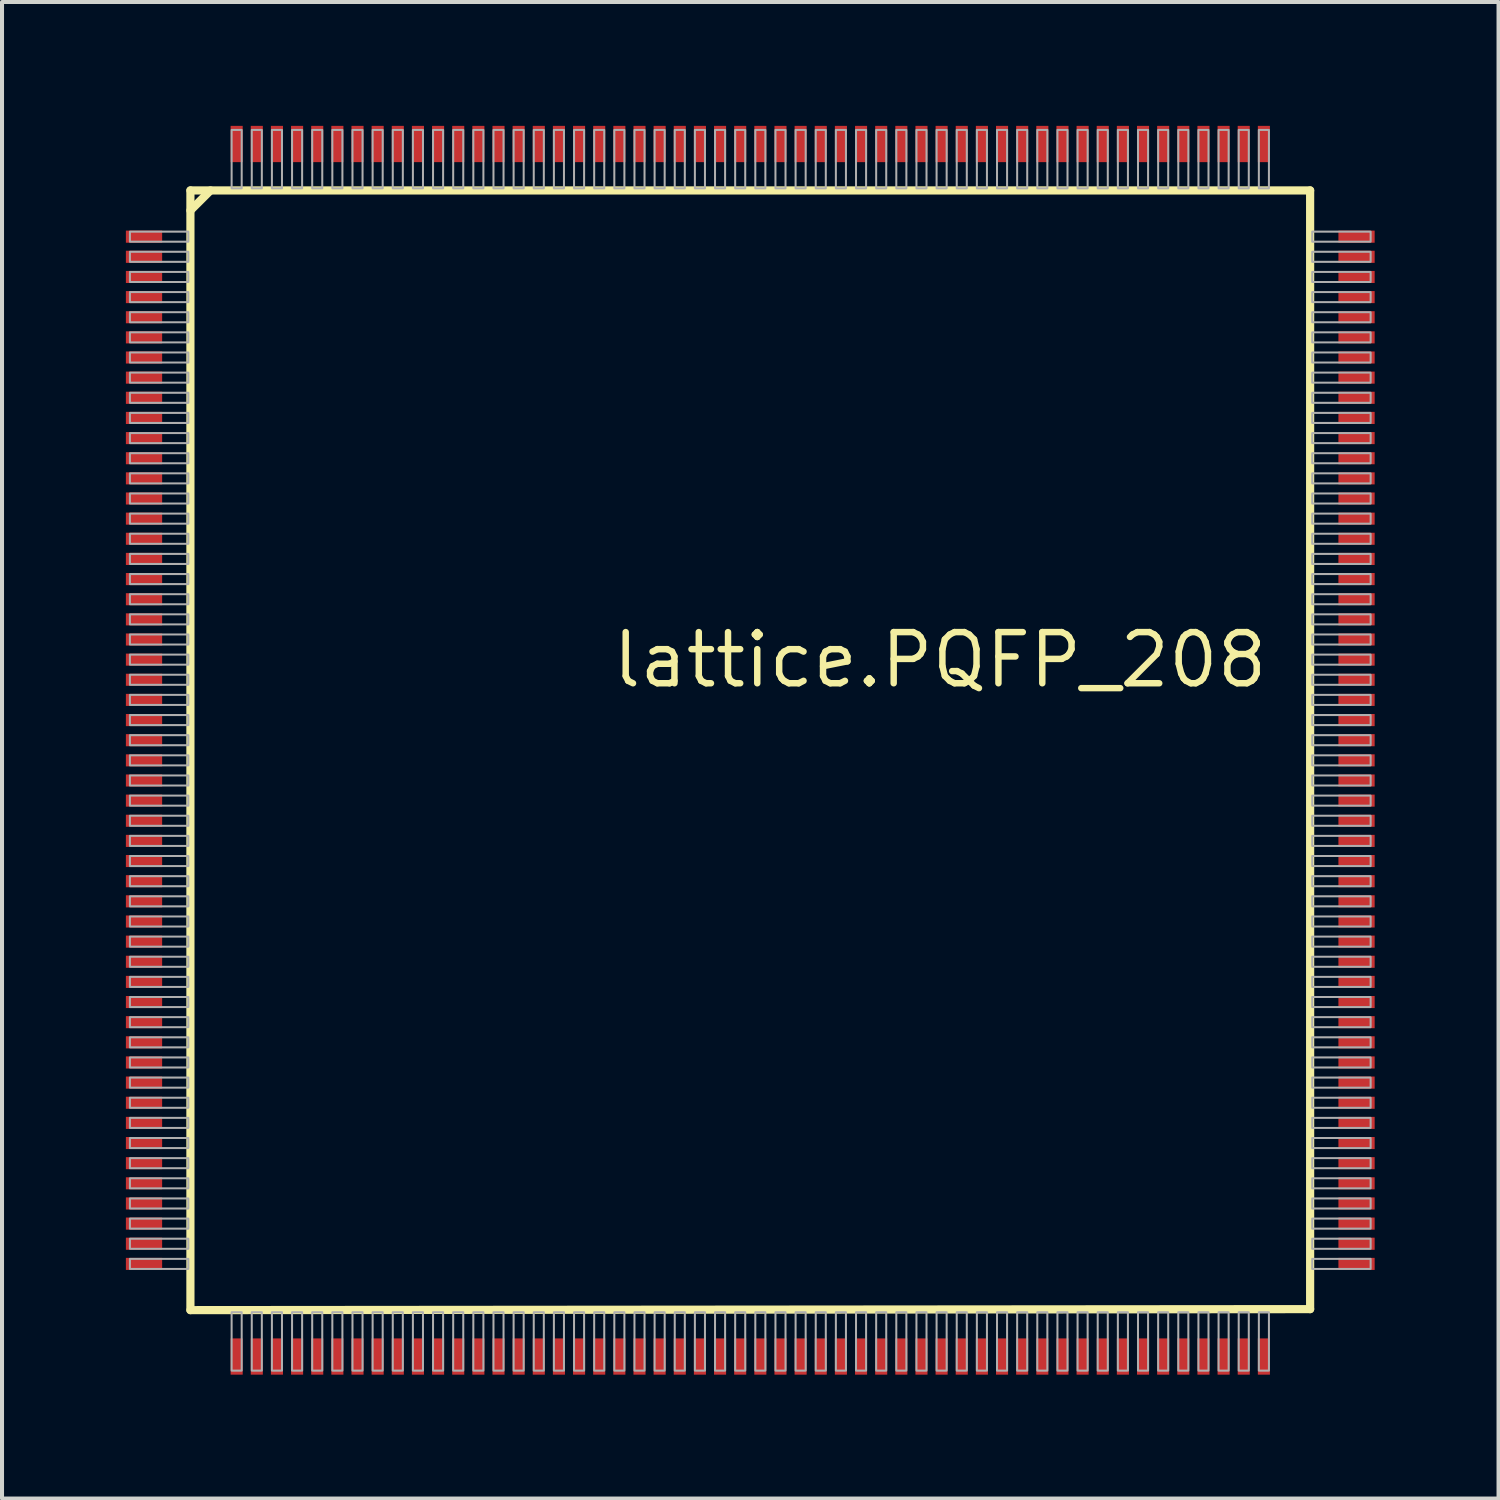
<source format=kicad_pcb>
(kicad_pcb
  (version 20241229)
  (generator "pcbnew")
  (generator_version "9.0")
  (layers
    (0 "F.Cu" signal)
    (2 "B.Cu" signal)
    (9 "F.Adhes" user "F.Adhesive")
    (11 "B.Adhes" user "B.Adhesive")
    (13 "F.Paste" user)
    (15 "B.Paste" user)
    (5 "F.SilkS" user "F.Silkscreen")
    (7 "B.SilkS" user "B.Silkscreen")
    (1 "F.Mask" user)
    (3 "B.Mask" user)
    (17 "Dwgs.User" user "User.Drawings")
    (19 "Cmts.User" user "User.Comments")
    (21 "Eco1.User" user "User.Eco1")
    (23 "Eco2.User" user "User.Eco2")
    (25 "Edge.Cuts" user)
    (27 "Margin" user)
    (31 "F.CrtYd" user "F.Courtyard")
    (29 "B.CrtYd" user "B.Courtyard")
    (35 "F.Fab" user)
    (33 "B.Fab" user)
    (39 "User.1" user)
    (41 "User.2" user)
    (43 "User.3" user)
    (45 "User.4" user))
  (footprint "lattice.PQFP_208"
    (layer "F.Cu")
    (at 15.575 15.575)
    (property "Reference" "lattice.PQFP_208" (at -3.5 -1.5 0) (layer "F.SilkS") (effects (font (size 1.27 1.27) (thickness 0.16)) (justify left bottom)))
    (attr smd)
    (fp_rect (start -15.55 -12.575) (end -14.55 -12.925) (stroke (width 0.05) (type default)) (fill yes) (layer "F.Mask"))
    (fp_rect (start -15.55 -12.075) (end -14.55 -12.425) (stroke (width 0.05) (type default)) (fill yes) (layer "F.Mask"))
    (fp_rect (start -15.55 -11.575) (end -14.55 -11.925) (stroke (width 0.05) (type default)) (fill yes) (layer "F.Mask"))
    (fp_rect (start -15.55 -11.075) (end -14.55 -11.425) (stroke (width 0.05) (type default)) (fill yes) (layer "F.Mask"))
    (fp_rect (start -15.55 -10.575) (end -14.55 -10.925) (stroke (width 0.05) (type default)) (fill yes) (layer "F.Mask"))
    (fp_rect (start -15.55 -10.075) (end -14.55 -10.425) (stroke (width 0.05) (type default)) (fill yes) (layer "F.Mask"))
    (fp_rect (start -15.55 -9.575) (end -14.55 -9.925) (stroke (width 0.05) (type default)) (fill yes) (layer "F.Mask"))
    (fp_rect (start -15.55 -9.075) (end -14.55 -9.425) (stroke (width 0.05) (type default)) (fill yes) (layer "F.Mask"))
    (fp_rect (start -15.55 -8.575) (end -14.55 -8.925) (stroke (width 0.05) (type default)) (fill yes) (layer "F.Mask"))
    (fp_rect (start -15.55 -8.075) (end -14.55 -8.425) (stroke (width 0.05) (type default)) (fill yes) (layer "F.Mask"))
    (fp_rect (start -15.55 -7.575) (end -14.55 -7.925) (stroke (width 0.05) (type default)) (fill yes) (layer "F.Mask"))
    (fp_rect (start -15.55 -7.075) (end -14.55 -7.425) (stroke (width 0.05) (type default)) (fill yes) (layer "F.Mask"))
    (fp_rect (start -15.55 -6.575) (end -14.55 -6.925) (stroke (width 0.05) (type default)) (fill yes) (layer "F.Mask"))
    (fp_rect (start -15.55 -6.075) (end -14.55 -6.425) (stroke (width 0.05) (type default)) (fill yes) (layer "F.Mask"))
    (fp_rect (start -15.55 -5.575) (end -14.55 -5.925) (stroke (width 0.05) (type default)) (fill yes) (layer "F.Mask"))
    (fp_rect (start -15.55 -5.075) (end -14.55 -5.425) (stroke (width 0.05) (type default)) (fill yes) (layer "F.Mask"))
    (fp_rect (start -15.55 -4.575) (end -14.55 -4.925) (stroke (width 0.05) (type default)) (fill yes) (layer "F.Mask"))
    (fp_rect (start -15.55 -4.075) (end -14.55 -4.425) (stroke (width 0.05) (type default)) (fill yes) (layer "F.Mask"))
    (fp_rect (start -15.55 -3.575) (end -14.55 -3.925) (stroke (width 0.05) (type default)) (fill yes) (layer "F.Mask"))
    (fp_rect (start -15.55 -3.075) (end -14.55 -3.425) (stroke (width 0.05) (type default)) (fill yes) (layer "F.Mask"))
    (fp_rect (start -15.55 -2.575) (end -14.55 -2.925) (stroke (width 0.05) (type default)) (fill yes) (layer "F.Mask"))
    (fp_rect (start -15.55 -2.075) (end -14.55 -2.425) (stroke (width 0.05) (type default)) (fill yes) (layer "F.Mask"))
    (fp_rect (start -15.55 -1.575) (end -14.55 -1.925) (stroke (width 0.05) (type default)) (fill yes) (layer "F.Mask"))
    (fp_rect (start -15.55 -1.075) (end -14.55 -1.425) (stroke (width 0.05) (type default)) (fill yes) (layer "F.Mask"))
    (fp_rect (start -15.55 -0.575) (end -14.55 -0.925) (stroke (width 0.05) (type default)) (fill yes) (layer "F.Mask"))
    (fp_rect (start -15.55 -0.075) (end -14.55 -0.425) (stroke (width 0.05) (type default)) (fill yes) (layer "F.Mask"))
    (fp_rect (start -15.55 0.425) (end -14.55 0.075) (stroke (width 0.05) (type default)) (fill yes) (layer "F.Mask"))
    (fp_rect (start -15.55 0.925) (end -14.55 0.575) (stroke (width 0.05) (type default)) (fill yes) (layer "F.Mask"))
    (fp_rect (start -15.55 1.425) (end -14.55 1.075) (stroke (width 0.05) (type default)) (fill yes) (layer "F.Mask"))
    (fp_rect (start -15.55 1.925) (end -14.55 1.575) (stroke (width 0.05) (type default)) (fill yes) (layer "F.Mask"))
    (fp_rect (start -15.55 2.425) (end -14.55 2.075) (stroke (width 0.05) (type default)) (fill yes) (layer "F.Mask"))
    (fp_rect (start -15.55 2.925) (end -14.55 2.575) (stroke (width 0.05) (type default)) (fill yes) (layer "F.Mask"))
    (fp_rect (start -15.55 3.425) (end -14.55 3.075) (stroke (width 0.05) (type default)) (fill yes) (layer "F.Mask"))
    (fp_rect (start -15.55 3.925) (end -14.55 3.575) (stroke (width 0.05) (type default)) (fill yes) (layer "F.Mask"))
    (fp_rect (start -15.55 4.425) (end -14.55 4.075) (stroke (width 0.05) (type default)) (fill yes) (layer "F.Mask"))
    (fp_rect (start -15.55 4.925) (end -14.55 4.575) (stroke (width 0.05) (type default)) (fill yes) (layer "F.Mask"))
    (fp_rect (start -15.55 5.425) (end -14.55 5.075) (stroke (width 0.05) (type default)) (fill yes) (layer "F.Mask"))
    (fp_rect (start -15.55 5.925) (end -14.55 5.575) (stroke (width 0.05) (type default)) (fill yes) (layer "F.Mask"))
    (fp_rect (start -15.55 6.425) (end -14.55 6.075) (stroke (width 0.05) (type default)) (fill yes) (layer "F.Mask"))
    (fp_rect (start -15.55 6.925) (end -14.55 6.575) (stroke (width 0.05) (type default)) (fill yes) (layer "F.Mask"))
    (fp_rect (start -15.55 7.425) (end -14.55 7.075) (stroke (width 0.05) (type default)) (fill yes) (layer "F.Mask"))
    (fp_rect (start -15.55 7.925) (end -14.55 7.575) (stroke (width 0.05) (type default)) (fill yes) (layer "F.Mask"))
    (fp_rect (start -15.55 8.425) (end -14.55 8.075) (stroke (width 0.05) (type default)) (fill yes) (layer "F.Mask"))
    (fp_rect (start -15.55 8.925) (end -14.55 8.575) (stroke (width 0.05) (type default)) (fill yes) (layer "F.Mask"))
    (fp_rect (start -15.55 9.425) (end -14.55 9.075) (stroke (width 0.05) (type default)) (fill yes) (layer "F.Mask"))
    (fp_rect (start -15.55 9.925) (end -14.55 9.575) (stroke (width 0.05) (type default)) (fill yes) (layer "F.Mask"))
    (fp_rect (start -15.55 10.425) (end -14.55 10.075) (stroke (width 0.05) (type default)) (fill yes) (layer "F.Mask"))
    (fp_rect (start -15.55 10.925) (end -14.55 10.575) (stroke (width 0.05) (type default)) (fill yes) (layer "F.Mask"))
    (fp_rect (start -15.55 11.425) (end -14.55 11.075) (stroke (width 0.05) (type default)) (fill yes) (layer "F.Mask"))
    (fp_rect (start -15.55 11.925) (end -14.55 11.575) (stroke (width 0.05) (type default)) (fill yes) (layer "F.Mask"))
    (fp_rect (start -15.55 12.425) (end -14.55 12.075) (stroke (width 0.05) (type default)) (fill yes) (layer "F.Mask"))
    (fp_rect (start -15.55 12.925) (end -14.55 12.575) (stroke (width 0.05) (type default)) (fill yes) (layer "F.Mask"))
    (fp_rect (start -12.925 -14.55) (end -12.575 -15.55) (stroke (width 0.05) (type default)) (fill yes) (layer "F.Mask"))
    (fp_rect (start -12.925 15.55) (end -12.575 14.55) (stroke (width 0.05) (type default)) (fill yes) (layer "F.Mask"))
    (fp_rect (start -12.425 -14.55) (end -12.075 -15.55) (stroke (width 0.05) (type default)) (fill yes) (layer "F.Mask"))
    (fp_rect (start -12.425 15.55) (end -12.075 14.55) (stroke (width 0.05) (type default)) (fill yes) (layer "F.Mask"))
    (fp_rect (start -11.925 -14.55) (end -11.575 -15.55) (stroke (width 0.05) (type default)) (fill yes) (layer "F.Mask"))
    (fp_rect (start -11.925 15.55) (end -11.575 14.55) (stroke (width 0.05) (type default)) (fill yes) (layer "F.Mask"))
    (fp_rect (start -11.425 -14.55) (end -11.075 -15.55) (stroke (width 0.05) (type default)) (fill yes) (layer "F.Mask"))
    (fp_rect (start -11.425 15.55) (end -11.075 14.55) (stroke (width 0.05) (type default)) (fill yes) (layer "F.Mask"))
    (fp_rect (start -10.925 -14.55) (end -10.575 -15.55) (stroke (width 0.05) (type default)) (fill yes) (layer "F.Mask"))
    (fp_rect (start -10.925 15.55) (end -10.575 14.55) (stroke (width 0.05) (type default)) (fill yes) (layer "F.Mask"))
    (fp_rect (start -10.425 -14.55) (end -10.075 -15.55) (stroke (width 0.05) (type default)) (fill yes) (layer "F.Mask"))
    (fp_rect (start -10.425 15.55) (end -10.075 14.55) (stroke (width 0.05) (type default)) (fill yes) (layer "F.Mask"))
    (fp_rect (start -9.925 -14.55) (end -9.575 -15.55) (stroke (width 0.05) (type default)) (fill yes) (layer "F.Mask"))
    (fp_rect (start -9.925 15.55) (end -9.575 14.55) (stroke (width 0.05) (type default)) (fill yes) (layer "F.Mask"))
    (fp_rect (start -9.425 -14.55) (end -9.075 -15.55) (stroke (width 0.05) (type default)) (fill yes) (layer "F.Mask"))
    (fp_rect (start -9.425 15.55) (end -9.075 14.55) (stroke (width 0.05) (type default)) (fill yes) (layer "F.Mask"))
    (fp_rect (start -8.925 -14.55) (end -8.575 -15.55) (stroke (width 0.05) (type default)) (fill yes) (layer "F.Mask"))
    (fp_rect (start -8.925 15.55) (end -8.575 14.55) (stroke (width 0.05) (type default)) (fill yes) (layer "F.Mask"))
    (fp_rect (start -8.425 -14.55) (end -8.075 -15.55) (stroke (width 0.05) (type default)) (fill yes) (layer "F.Mask"))
    (fp_rect (start -8.425 15.55) (end -8.075 14.55) (stroke (width 0.05) (type default)) (fill yes) (layer "F.Mask"))
    (fp_rect (start -7.925 -14.55) (end -7.575 -15.55) (stroke (width 0.05) (type default)) (fill yes) (layer "F.Mask"))
    (fp_rect (start -7.925 15.55) (end -7.575 14.55) (stroke (width 0.05) (type default)) (fill yes) (layer "F.Mask"))
    (fp_rect (start -7.425 -14.55) (end -7.075 -15.55) (stroke (width 0.05) (type default)) (fill yes) (layer "F.Mask"))
    (fp_rect (start -7.425 15.55) (end -7.075 14.55) (stroke (width 0.05) (type default)) (fill yes) (layer "F.Mask"))
    (fp_rect (start -6.925 -14.55) (end -6.575 -15.55) (stroke (width 0.05) (type default)) (fill yes) (layer "F.Mask"))
    (fp_rect (start -6.925 15.55) (end -6.575 14.55) (stroke (width 0.05) (type default)) (fill yes) (layer "F.Mask"))
    (fp_rect (start -6.425 -14.55) (end -6.075 -15.55) (stroke (width 0.05) (type default)) (fill yes) (layer "F.Mask"))
    (fp_rect (start -6.425 15.55) (end -6.075 14.55) (stroke (width 0.05) (type default)) (fill yes) (layer "F.Mask"))
    (fp_rect (start -5.925 -14.55) (end -5.575 -15.55) (stroke (width 0.05) (type default)) (fill yes) (layer "F.Mask"))
    (fp_rect (start -5.925 15.55) (end -5.575 14.55) (stroke (width 0.05) (type default)) (fill yes) (layer "F.Mask"))
    (fp_rect (start -5.425 -14.55) (end -5.075 -15.55) (stroke (width 0.05) (type default)) (fill yes) (layer "F.Mask"))
    (fp_rect (start -5.425 15.55) (end -5.075 14.55) (stroke (width 0.05) (type default)) (fill yes) (layer "F.Mask"))
    (fp_rect (start -4.925 -14.55) (end -4.575 -15.55) (stroke (width 0.05) (type default)) (fill yes) (layer "F.Mask"))
    (fp_rect (start -4.925 15.55) (end -4.575 14.55) (stroke (width 0.05) (type default)) (fill yes) (layer "F.Mask"))
    (fp_rect (start -4.425 -14.55) (end -4.075 -15.55) (stroke (width 0.05) (type default)) (fill yes) (layer "F.Mask"))
    (fp_rect (start -4.425 15.55) (end -4.075 14.55) (stroke (width 0.05) (type default)) (fill yes) (layer "F.Mask"))
    (fp_rect (start -3.925 -14.55) (end -3.575 -15.55) (stroke (width 0.05) (type default)) (fill yes) (layer "F.Mask"))
    (fp_rect (start -3.925 15.55) (end -3.575 14.55) (stroke (width 0.05) (type default)) (fill yes) (layer "F.Mask"))
    (fp_rect (start -3.425 -14.55) (end -3.075 -15.55) (stroke (width 0.05) (type default)) (fill yes) (layer "F.Mask"))
    (fp_rect (start -3.425 15.55) (end -3.075 14.55) (stroke (width 0.05) (type default)) (fill yes) (layer "F.Mask"))
    (fp_rect (start -2.925 -14.55) (end -2.575 -15.55) (stroke (width 0.05) (type default)) (fill yes) (layer "F.Mask"))
    (fp_rect (start -2.925 15.55) (end -2.575 14.55) (stroke (width 0.05) (type default)) (fill yes) (layer "F.Mask"))
    (fp_rect (start -2.425 -14.55) (end -2.075 -15.55) (stroke (width 0.05) (type default)) (fill yes) (layer "F.Mask"))
    (fp_rect (start -2.425 15.55) (end -2.075 14.55) (stroke (width 0.05) (type default)) (fill yes) (layer "F.Mask"))
    (fp_rect (start -1.925 -14.55) (end -1.575 -15.55) (stroke (width 0.05) (type default)) (fill yes) (layer "F.Mask"))
    (fp_rect (start -1.925 15.55) (end -1.575 14.55) (stroke (width 0.05) (type default)) (fill yes) (layer "F.Mask"))
    (fp_rect (start -1.425 -14.55) (end -1.075 -15.55) (stroke (width 0.05) (type default)) (fill yes) (layer "F.Mask"))
    (fp_rect (start -1.425 15.55) (end -1.075 14.55) (stroke (width 0.05) (type default)) (fill yes) (layer "F.Mask"))
    (fp_rect (start -0.925 -14.55) (end -0.575 -15.55) (stroke (width 0.05) (type default)) (fill yes) (layer "F.Mask"))
    (fp_rect (start -0.925 15.55) (end -0.575 14.55) (stroke (width 0.05) (type default)) (fill yes) (layer "F.Mask"))
    (fp_rect (start -0.425 -14.55) (end -0.075 -15.55) (stroke (width 0.05) (type default)) (fill yes) (layer "F.Mask"))
    (fp_rect (start -0.425 15.55) (end -0.075 14.55) (stroke (width 0.05) (type default)) (fill yes) (layer "F.Mask"))
    (fp_rect (start 0.075 -14.55) (end 0.425 -15.55) (stroke (width 0.05) (type default)) (fill yes) (layer "F.Mask"))
    (fp_rect (start 0.075 15.55) (end 0.425 14.55) (stroke (width 0.05) (type default)) (fill yes) (layer "F.Mask"))
    (fp_rect (start 0.575 -14.55) (end 0.925 -15.55) (stroke (width 0.05) (type default)) (fill yes) (layer "F.Mask"))
    (fp_rect (start 0.575 15.55) (end 0.925 14.55) (stroke (width 0.05) (type default)) (fill yes) (layer "F.Mask"))
    (fp_rect (start 1.075 -14.55) (end 1.425 -15.55) (stroke (width 0.05) (type default)) (fill yes) (layer "F.Mask"))
    (fp_rect (start 1.075 15.55) (end 1.425 14.55) (stroke (width 0.05) (type default)) (fill yes) (layer "F.Mask"))
    (fp_rect (start 1.575 -14.55) (end 1.925 -15.55) (stroke (width 0.05) (type default)) (fill yes) (layer "F.Mask"))
    (fp_rect (start 1.575 15.55) (end 1.925 14.55) (stroke (width 0.05) (type default)) (fill yes) (layer "F.Mask"))
    (fp_rect (start 2.075 -14.55) (end 2.425 -15.55) (stroke (width 0.05) (type default)) (fill yes) (layer "F.Mask"))
    (fp_rect (start 2.075 15.55) (end 2.425 14.55) (stroke (width 0.05) (type default)) (fill yes) (layer "F.Mask"))
    (fp_rect (start 2.575 -14.55) (end 2.925 -15.55) (stroke (width 0.05) (type default)) (fill yes) (layer "F.Mask"))
    (fp_rect (start 2.575 15.55) (end 2.925 14.55) (stroke (width 0.05) (type default)) (fill yes) (layer "F.Mask"))
    (fp_rect (start 3.075 -14.55) (end 3.425 -15.55) (stroke (width 0.05) (type default)) (fill yes) (layer "F.Mask"))
    (fp_rect (start 3.075 15.55) (end 3.425 14.55) (stroke (width 0.05) (type default)) (fill yes) (layer "F.Mask"))
    (fp_rect (start 3.575 -14.55) (end 3.925 -15.55) (stroke (width 0.05) (type default)) (fill yes) (layer "F.Mask"))
    (fp_rect (start 3.575 15.55) (end 3.925 14.55) (stroke (width 0.05) (type default)) (fill yes) (layer "F.Mask"))
    (fp_rect (start 4.075 -14.55) (end 4.425 -15.55) (stroke (width 0.05) (type default)) (fill yes) (layer "F.Mask"))
    (fp_rect (start 4.075 15.55) (end 4.425 14.55) (stroke (width 0.05) (type default)) (fill yes) (layer "F.Mask"))
    (fp_rect (start 4.575 -14.55) (end 4.925 -15.55) (stroke (width 0.05) (type default)) (fill yes) (layer "F.Mask"))
    (fp_rect (start 4.575 15.55) (end 4.925 14.55) (stroke (width 0.05) (type default)) (fill yes) (layer "F.Mask"))
    (fp_rect (start 5.075 -14.55) (end 5.425 -15.55) (stroke (width 0.05) (type default)) (fill yes) (layer "F.Mask"))
    (fp_rect (start 5.075 15.55) (end 5.425 14.55) (stroke (width 0.05) (type default)) (fill yes) (layer "F.Mask"))
    (fp_rect (start 5.575 -14.55) (end 5.925 -15.55) (stroke (width 0.05) (type default)) (fill yes) (layer "F.Mask"))
    (fp_rect (start 5.575 15.55) (end 5.925 14.55) (stroke (width 0.05) (type default)) (fill yes) (layer "F.Mask"))
    (fp_rect (start 6.075 -14.55) (end 6.425 -15.55) (stroke (width 0.05) (type default)) (fill yes) (layer "F.Mask"))
    (fp_rect (start 6.075 15.55) (end 6.425 14.55) (stroke (width 0.05) (type default)) (fill yes) (layer "F.Mask"))
    (fp_rect (start 6.575 -14.55) (end 6.925 -15.55) (stroke (width 0.05) (type default)) (fill yes) (layer "F.Mask"))
    (fp_rect (start 6.575 15.55) (end 6.925 14.55) (stroke (width 0.05) (type default)) (fill yes) (layer "F.Mask"))
    (fp_rect (start 7.075 -14.55) (end 7.425 -15.55) (stroke (width 0.05) (type default)) (fill yes) (layer "F.Mask"))
    (fp_rect (start 7.075 15.55) (end 7.425 14.55) (stroke (width 0.05) (type default)) (fill yes) (layer "F.Mask"))
    (fp_rect (start 7.575 -14.55) (end 7.925 -15.55) (stroke (width 0.05) (type default)) (fill yes) (layer "F.Mask"))
    (fp_rect (start 7.575 15.55) (end 7.925 14.55) (stroke (width 0.05) (type default)) (fill yes) (layer "F.Mask"))
    (fp_rect (start 8.075 -14.55) (end 8.425 -15.55) (stroke (width 0.05) (type default)) (fill yes) (layer "F.Mask"))
    (fp_rect (start 8.075 15.55) (end 8.425 14.55) (stroke (width 0.05) (type default)) (fill yes) (layer "F.Mask"))
    (fp_rect (start 8.575 -14.55) (end 8.925 -15.55) (stroke (width 0.05) (type default)) (fill yes) (layer "F.Mask"))
    (fp_rect (start 8.575 15.55) (end 8.925 14.55) (stroke (width 0.05) (type default)) (fill yes) (layer "F.Mask"))
    (fp_rect (start 9.075 -14.55) (end 9.425 -15.55) (stroke (width 0.05) (type default)) (fill yes) (layer "F.Mask"))
    (fp_rect (start 9.075 15.55) (end 9.425 14.55) (stroke (width 0.05) (type default)) (fill yes) (layer "F.Mask"))
    (fp_rect (start 9.575 -14.55) (end 9.925 -15.55) (stroke (width 0.05) (type default)) (fill yes) (layer "F.Mask"))
    (fp_rect (start 9.575 15.55) (end 9.925 14.55) (stroke (width 0.05) (type default)) (fill yes) (layer "F.Mask"))
    (fp_rect (start 10.075 -14.55) (end 10.425 -15.55) (stroke (width 0.05) (type default)) (fill yes) (layer "F.Mask"))
    (fp_rect (start 10.075 15.55) (end 10.425 14.55) (stroke (width 0.05) (type default)) (fill yes) (layer "F.Mask"))
    (fp_rect (start 10.575 -14.55) (end 10.925 -15.55) (stroke (width 0.05) (type default)) (fill yes) (layer "F.Mask"))
    (fp_rect (start 10.575 15.55) (end 10.925 14.55) (stroke (width 0.05) (type default)) (fill yes) (layer "F.Mask"))
    (fp_rect (start 11.075 -14.55) (end 11.425 -15.55) (stroke (width 0.05) (type default)) (fill yes) (layer "F.Mask"))
    (fp_rect (start 11.075 15.55) (end 11.425 14.55) (stroke (width 0.05) (type default)) (fill yes) (layer "F.Mask"))
    (fp_rect (start 11.575 -14.55) (end 11.925 -15.55) (stroke (width 0.05) (type default)) (fill yes) (layer "F.Mask"))
    (fp_rect (start 11.575 15.55) (end 11.925 14.55) (stroke (width 0.05) (type default)) (fill yes) (layer "F.Mask"))
    (fp_rect (start 12.075 -14.55) (end 12.425 -15.55) (stroke (width 0.05) (type default)) (fill yes) (layer "F.Mask"))
    (fp_rect (start 12.075 15.55) (end 12.425 14.55) (stroke (width 0.05) (type default)) (fill yes) (layer "F.Mask"))
    (fp_rect (start 12.575 -14.55) (end 12.925 -15.55) (stroke (width 0.05) (type default)) (fill yes) (layer "F.Mask"))
    (fp_rect (start 12.575 15.55) (end 12.925 14.55) (stroke (width 0.05) (type default)) (fill yes) (layer "F.Mask"))
    (fp_rect (start 14.55 -12.575) (end 15.55 -12.925) (stroke (width 0.05) (type default)) (fill yes) (layer "F.Mask"))
    (fp_rect (start 14.55 -12.075) (end 15.55 -12.425) (stroke (width 0.05) (type default)) (fill yes) (layer "F.Mask"))
    (fp_rect (start 14.55 -11.575) (end 15.55 -11.925) (stroke (width 0.05) (type default)) (fill yes) (layer "F.Mask"))
    (fp_rect (start 14.55 -11.075) (end 15.55 -11.425) (stroke (width 0.05) (type default)) (fill yes) (layer "F.Mask"))
    (fp_rect (start 14.55 -10.575) (end 15.55 -10.925) (stroke (width 0.05) (type default)) (fill yes) (layer "F.Mask"))
    (fp_rect (start 14.55 -10.075) (end 15.55 -10.425) (stroke (width 0.05) (type default)) (fill yes) (layer "F.Mask"))
    (fp_rect (start 14.55 -9.575) (end 15.55 -9.925) (stroke (width 0.05) (type default)) (fill yes) (layer "F.Mask"))
    (fp_rect (start 14.55 -9.075) (end 15.55 -9.425) (stroke (width 0.05) (type default)) (fill yes) (layer "F.Mask"))
    (fp_rect (start 14.55 -8.575) (end 15.55 -8.925) (stroke (width 0.05) (type default)) (fill yes) (layer "F.Mask"))
    (fp_rect (start 14.55 -8.075) (end 15.55 -8.425) (stroke (width 0.05) (type default)) (fill yes) (layer "F.Mask"))
    (fp_rect (start 14.55 -7.575) (end 15.55 -7.925) (stroke (width 0.05) (type default)) (fill yes) (layer "F.Mask"))
    (fp_rect (start 14.55 -7.075) (end 15.55 -7.425) (stroke (width 0.05) (type default)) (fill yes) (layer "F.Mask"))
    (fp_rect (start 14.55 -6.575) (end 15.55 -6.925) (stroke (width 0.05) (type default)) (fill yes) (layer "F.Mask"))
    (fp_rect (start 14.55 -6.075) (end 15.55 -6.425) (stroke (width 0.05) (type default)) (fill yes) (layer "F.Mask"))
    (fp_rect (start 14.55 -5.575) (end 15.55 -5.925) (stroke (width 0.05) (type default)) (fill yes) (layer "F.Mask"))
    (fp_rect (start 14.55 -5.075) (end 15.55 -5.425) (stroke (width 0.05) (type default)) (fill yes) (layer "F.Mask"))
    (fp_rect (start 14.55 -4.575) (end 15.55 -4.925) (stroke (width 0.05) (type default)) (fill yes) (layer "F.Mask"))
    (fp_rect (start 14.55 -4.075) (end 15.55 -4.425) (stroke (width 0.05) (type default)) (fill yes) (layer "F.Mask"))
    (fp_rect (start 14.55 -3.575) (end 15.55 -3.925) (stroke (width 0.05) (type default)) (fill yes) (layer "F.Mask"))
    (fp_rect (start 14.55 -3.075) (end 15.55 -3.425) (stroke (width 0.05) (type default)) (fill yes) (layer "F.Mask"))
    (fp_rect (start 14.55 -2.575) (end 15.55 -2.925) (stroke (width 0.05) (type default)) (fill yes) (layer "F.Mask"))
    (fp_rect (start 14.55 -2.075) (end 15.55 -2.425) (stroke (width 0.05) (type default)) (fill yes) (layer "F.Mask"))
    (fp_rect (start 14.55 -1.575) (end 15.55 -1.925) (stroke (width 0.05) (type default)) (fill yes) (layer "F.Mask"))
    (fp_rect (start 14.55 -1.075) (end 15.55 -1.425) (stroke (width 0.05) (type default)) (fill yes) (layer "F.Mask"))
    (fp_rect (start 14.55 -0.575) (end 15.55 -0.925) (stroke (width 0.05) (type default)) (fill yes) (layer "F.Mask"))
    (fp_rect (start 14.55 -0.075) (end 15.55 -0.425) (stroke (width 0.05) (type default)) (fill yes) (layer "F.Mask"))
    (fp_rect (start 14.55 0.425) (end 15.55 0.075) (stroke (width 0.05) (type default)) (fill yes) (layer "F.Mask"))
    (fp_rect (start 14.55 0.925) (end 15.55 0.575) (stroke (width 0.05) (type default)) (fill yes) (layer "F.Mask"))
    (fp_rect (start 14.55 1.425) (end 15.55 1.075) (stroke (width 0.05) (type default)) (fill yes) (layer "F.Mask"))
    (fp_rect (start 14.55 1.925) (end 15.55 1.575) (stroke (width 0.05) (type default)) (fill yes) (layer "F.Mask"))
    (fp_rect (start 14.55 2.425) (end 15.55 2.075) (stroke (width 0.05) (type default)) (fill yes) (layer "F.Mask"))
    (fp_rect (start 14.55 2.925) (end 15.55 2.575) (stroke (width 0.05) (type default)) (fill yes) (layer "F.Mask"))
    (fp_rect (start 14.55 3.425) (end 15.55 3.075) (stroke (width 0.05) (type default)) (fill yes) (layer "F.Mask"))
    (fp_rect (start 14.55 3.925) (end 15.55 3.575) (stroke (width 0.05) (type default)) (fill yes) (layer "F.Mask"))
    (fp_rect (start 14.55 4.425) (end 15.55 4.075) (stroke (width 0.05) (type default)) (fill yes) (layer "F.Mask"))
    (fp_rect (start 14.55 4.925) (end 15.55 4.575) (stroke (width 0.05) (type default)) (fill yes) (layer "F.Mask"))
    (fp_rect (start 14.55 5.425) (end 15.55 5.075) (stroke (width 0.05) (type default)) (fill yes) (layer "F.Mask"))
    (fp_rect (start 14.55 5.925) (end 15.55 5.575) (stroke (width 0.05) (type default)) (fill yes) (layer "F.Mask"))
    (fp_rect (start 14.55 6.425) (end 15.55 6.075) (stroke (width 0.05) (type default)) (fill yes) (layer "F.Mask"))
    (fp_rect (start 14.55 6.925) (end 15.55 6.575) (stroke (width 0.05) (type default)) (fill yes) (layer "F.Mask"))
    (fp_rect (start 14.55 7.425) (end 15.55 7.075) (stroke (width 0.05) (type default)) (fill yes) (layer "F.Mask"))
    (fp_rect (start 14.55 7.925) (end 15.55 7.575) (stroke (width 0.05) (type default)) (fill yes) (layer "F.Mask"))
    (fp_rect (start 14.55 8.425) (end 15.55 8.075) (stroke (width 0.05) (type default)) (fill yes) (layer "F.Mask"))
    (fp_rect (start 14.55 8.925) (end 15.55 8.575) (stroke (width 0.05) (type default)) (fill yes) (layer "F.Mask"))
    (fp_rect (start 14.55 9.425) (end 15.55 9.075) (stroke (width 0.05) (type default)) (fill yes) (layer "F.Mask"))
    (fp_rect (start 14.55 9.925) (end 15.55 9.575) (stroke (width 0.05) (type default)) (fill yes) (layer "F.Mask"))
    (fp_rect (start 14.55 10.425) (end 15.55 10.075) (stroke (width 0.05) (type default)) (fill yes) (layer "F.Mask"))
    (fp_rect (start 14.55 10.925) (end 15.55 10.575) (stroke (width 0.05) (type default)) (fill yes) (layer "F.Mask"))
    (fp_rect (start 14.55 11.425) (end 15.55 11.075) (stroke (width 0.05) (type default)) (fill yes) (layer "F.Mask"))
    (fp_rect (start 14.55 11.925) (end 15.55 11.575) (stroke (width 0.05) (type default)) (fill yes) (layer "F.Mask"))
    (fp_rect (start 14.55 12.425) (end 15.55 12.075) (stroke (width 0.05) (type default)) (fill yes) (layer "F.Mask"))
    (fp_rect (start 14.55 12.925) (end 15.55 12.575) (stroke (width 0.05) (type default)) (fill yes) (layer "F.Mask"))
    (fp_line (start -13.898 -13.898) (end -13.898 13.898) (stroke (width 0.203) (type default)) (layer "F.SilkS"))
    (fp_line (start -13.898 -13.4) (end -13.4 -13.898) (stroke (width 0.203) (type default)) (layer "F.SilkS"))
    (fp_line (start -13.898 13.898) (end 13.898 13.873) (stroke (width 0.203) (type default)) (layer "F.SilkS"))
    (fp_line (start 13.898 -13.898) (end -13.898 -13.898) (stroke (width 0.203) (type default)) (layer "F.SilkS"))
    (fp_line (start 13.898 13.873) (end 13.898 -13.898) (stroke (width 0.203) (type default)) (layer "F.SilkS"))
    (fp_rect (start -15.475 -12.6) (end -14.625 -12.9) (stroke (width 0.05) (type default)) (fill yes) (layer "F.Paste"))
    (fp_rect (start -15.475 -12.1) (end -14.625 -12.4) (stroke (width 0.05) (type default)) (fill yes) (layer "F.Paste"))
    (fp_rect (start -15.475 -11.6) (end -14.625 -11.9) (stroke (width 0.05) (type default)) (fill yes) (layer "F.Paste"))
    (fp_rect (start -15.475 -11.1) (end -14.625 -11.4) (stroke (width 0.05) (type default)) (fill yes) (layer "F.Paste"))
    (fp_rect (start -15.475 -10.6) (end -14.625 -10.9) (stroke (width 0.05) (type default)) (fill yes) (layer "F.Paste"))
    (fp_rect (start -15.475 -10.1) (end -14.625 -10.4) (stroke (width 0.05) (type default)) (fill yes) (layer "F.Paste"))
    (fp_rect (start -15.475 -9.6) (end -14.625 -9.9) (stroke (width 0.05) (type default)) (fill yes) (layer "F.Paste"))
    (fp_rect (start -15.475 -9.1) (end -14.625 -9.4) (stroke (width 0.05) (type default)) (fill yes) (layer "F.Paste"))
    (fp_rect (start -15.475 -8.6) (end -14.625 -8.9) (stroke (width 0.05) (type default)) (fill yes) (layer "F.Paste"))
    (fp_rect (start -15.475 -8.1) (end -14.625 -8.4) (stroke (width 0.05) (type default)) (fill yes) (layer "F.Paste"))
    (fp_rect (start -15.475 -7.6) (end -14.625 -7.9) (stroke (width 0.05) (type default)) (fill yes) (layer "F.Paste"))
    (fp_rect (start -15.475 -7.1) (end -14.625 -7.4) (stroke (width 0.05) (type default)) (fill yes) (layer "F.Paste"))
    (fp_rect (start -15.475 -6.6) (end -14.625 -6.9) (stroke (width 0.05) (type default)) (fill yes) (layer "F.Paste"))
    (fp_rect (start -15.475 -6.1) (end -14.625 -6.4) (stroke (width 0.05) (type default)) (fill yes) (layer "F.Paste"))
    (fp_rect (start -15.475 -5.6) (end -14.625 -5.9) (stroke (width 0.05) (type default)) (fill yes) (layer "F.Paste"))
    (fp_rect (start -15.475 -5.1) (end -14.625 -5.4) (stroke (width 0.05) (type default)) (fill yes) (layer "F.Paste"))
    (fp_rect (start -15.475 -4.6) (end -14.625 -4.9) (stroke (width 0.05) (type default)) (fill yes) (layer "F.Paste"))
    (fp_rect (start -15.475 -4.1) (end -14.625 -4.4) (stroke (width 0.05) (type default)) (fill yes) (layer "F.Paste"))
    (fp_rect (start -15.475 -3.6) (end -14.625 -3.9) (stroke (width 0.05) (type default)) (fill yes) (layer "F.Paste"))
    (fp_rect (start -15.475 -3.1) (end -14.625 -3.4) (stroke (width 0.05) (type default)) (fill yes) (layer "F.Paste"))
    (fp_rect (start -15.475 -2.6) (end -14.625 -2.9) (stroke (width 0.05) (type default)) (fill yes) (layer "F.Paste"))
    (fp_rect (start -15.475 -2.1) (end -14.625 -2.4) (stroke (width 0.05) (type default)) (fill yes) (layer "F.Paste"))
    (fp_rect (start -15.475 -1.6) (end -14.625 -1.9) (stroke (width 0.05) (type default)) (fill yes) (layer "F.Paste"))
    (fp_rect (start -15.475 -1.1) (end -14.625 -1.4) (stroke (width 0.05) (type default)) (fill yes) (layer "F.Paste"))
    (fp_rect (start -15.475 -0.6) (end -14.625 -0.9) (stroke (width 0.05) (type default)) (fill yes) (layer "F.Paste"))
    (fp_rect (start -15.475 -0.1) (end -14.625 -0.4) (stroke (width 0.05) (type default)) (fill yes) (layer "F.Paste"))
    (fp_rect (start -15.475 0.4) (end -14.625 0.1) (stroke (width 0.05) (type default)) (fill yes) (layer "F.Paste"))
    (fp_rect (start -15.475 0.9) (end -14.625 0.6) (stroke (width 0.05) (type default)) (fill yes) (layer "F.Paste"))
    (fp_rect (start -15.475 1.4) (end -14.625 1.1) (stroke (width 0.05) (type default)) (fill yes) (layer "F.Paste"))
    (fp_rect (start -15.475 1.9) (end -14.625 1.6) (stroke (width 0.05) (type default)) (fill yes) (layer "F.Paste"))
    (fp_rect (start -15.475 2.4) (end -14.625 2.1) (stroke (width 0.05) (type default)) (fill yes) (layer "F.Paste"))
    (fp_rect (start -15.475 2.9) (end -14.625 2.6) (stroke (width 0.05) (type default)) (fill yes) (layer "F.Paste"))
    (fp_rect (start -15.475 3.4) (end -14.625 3.1) (stroke (width 0.05) (type default)) (fill yes) (layer "F.Paste"))
    (fp_rect (start -15.475 3.9) (end -14.625 3.6) (stroke (width 0.05) (type default)) (fill yes) (layer "F.Paste"))
    (fp_rect (start -15.475 4.4) (end -14.625 4.1) (stroke (width 0.05) (type default)) (fill yes) (layer "F.Paste"))
    (fp_rect (start -15.475 4.9) (end -14.625 4.6) (stroke (width 0.05) (type default)) (fill yes) (layer "F.Paste"))
    (fp_rect (start -15.475 5.4) (end -14.625 5.1) (stroke (width 0.05) (type default)) (fill yes) (layer "F.Paste"))
    (fp_rect (start -15.475 5.9) (end -14.625 5.6) (stroke (width 0.05) (type default)) (fill yes) (layer "F.Paste"))
    (fp_rect (start -15.475 6.4) (end -14.625 6.1) (stroke (width 0.05) (type default)) (fill yes) (layer "F.Paste"))
    (fp_rect (start -15.475 6.9) (end -14.625 6.6) (stroke (width 0.05) (type default)) (fill yes) (layer "F.Paste"))
    (fp_rect (start -15.475 7.4) (end -14.625 7.1) (stroke (width 0.05) (type default)) (fill yes) (layer "F.Paste"))
    (fp_rect (start -15.475 7.9) (end -14.625 7.6) (stroke (width 0.05) (type default)) (fill yes) (layer "F.Paste"))
    (fp_rect (start -15.475 8.4) (end -14.625 8.1) (stroke (width 0.05) (type default)) (fill yes) (layer "F.Paste"))
    (fp_rect (start -15.475 8.9) (end -14.625 8.6) (stroke (width 0.05) (type default)) (fill yes) (layer "F.Paste"))
    (fp_rect (start -15.475 9.4) (end -14.625 9.1) (stroke (width 0.05) (type default)) (fill yes) (layer "F.Paste"))
    (fp_rect (start -15.475 9.9) (end -14.625 9.6) (stroke (width 0.05) (type default)) (fill yes) (layer "F.Paste"))
    (fp_rect (start -15.475 10.4) (end -14.625 10.1) (stroke (width 0.05) (type default)) (fill yes) (layer "F.Paste"))
    (fp_rect (start -15.475 10.9) (end -14.625 10.6) (stroke (width 0.05) (type default)) (fill yes) (layer "F.Paste"))
    (fp_rect (start -15.475 11.4) (end -14.625 11.1) (stroke (width 0.05) (type default)) (fill yes) (layer "F.Paste"))
    (fp_rect (start -15.475 11.9) (end -14.625 11.6) (stroke (width 0.05) (type default)) (fill yes) (layer "F.Paste"))
    (fp_rect (start -15.475 12.4) (end -14.625 12.1) (stroke (width 0.05) (type default)) (fill yes) (layer "F.Paste"))
    (fp_rect (start -15.475 12.9) (end -14.625 12.6) (stroke (width 0.05) (type default)) (fill yes) (layer "F.Paste"))
    (fp_rect (start -12.9 -14.625) (end -12.6 -15.475) (stroke (width 0.05) (type default)) (fill yes) (layer "F.Paste"))
    (fp_rect (start -12.9 15.475) (end -12.6 14.625) (stroke (width 0.05) (type default)) (fill yes) (layer "F.Paste"))
    (fp_rect (start -12.4 -14.625) (end -12.1 -15.475) (stroke (width 0.05) (type default)) (fill yes) (layer "F.Paste"))
    (fp_rect (start -12.4 15.475) (end -12.1 14.625) (stroke (width 0.05) (type default)) (fill yes) (layer "F.Paste"))
    (fp_rect (start -11.9 -14.625) (end -11.6 -15.475) (stroke (width 0.05) (type default)) (fill yes) (layer "F.Paste"))
    (fp_rect (start -11.9 15.475) (end -11.6 14.625) (stroke (width 0.05) (type default)) (fill yes) (layer "F.Paste"))
    (fp_rect (start -11.4 -14.625) (end -11.1 -15.475) (stroke (width 0.05) (type default)) (fill yes) (layer "F.Paste"))
    (fp_rect (start -11.4 15.475) (end -11.1 14.625) (stroke (width 0.05) (type default)) (fill yes) (layer "F.Paste"))
    (fp_rect (start -10.9 -14.625) (end -10.6 -15.475) (stroke (width 0.05) (type default)) (fill yes) (layer "F.Paste"))
    (fp_rect (start -10.9 15.475) (end -10.6 14.625) (stroke (width 0.05) (type default)) (fill yes) (layer "F.Paste"))
    (fp_rect (start -10.4 -14.625) (end -10.1 -15.475) (stroke (width 0.05) (type default)) (fill yes) (layer "F.Paste"))
    (fp_rect (start -10.4 15.475) (end -10.1 14.625) (stroke (width 0.05) (type default)) (fill yes) (layer "F.Paste"))
    (fp_rect (start -9.9 -14.625) (end -9.6 -15.475) (stroke (width 0.05) (type default)) (fill yes) (layer "F.Paste"))
    (fp_rect (start -9.9 15.475) (end -9.6 14.625) (stroke (width 0.05) (type default)) (fill yes) (layer "F.Paste"))
    (fp_rect (start -9.4 -14.625) (end -9.1 -15.475) (stroke (width 0.05) (type default)) (fill yes) (layer "F.Paste"))
    (fp_rect (start -9.4 15.475) (end -9.1 14.625) (stroke (width 0.05) (type default)) (fill yes) (layer "F.Paste"))
    (fp_rect (start -8.9 -14.625) (end -8.6 -15.475) (stroke (width 0.05) (type default)) (fill yes) (layer "F.Paste"))
    (fp_rect (start -8.9 15.475) (end -8.6 14.625) (stroke (width 0.05) (type default)) (fill yes) (layer "F.Paste"))
    (fp_rect (start -8.4 -14.625) (end -8.1 -15.475) (stroke (width 0.05) (type default)) (fill yes) (layer "F.Paste"))
    (fp_rect (start -8.4 15.475) (end -8.1 14.625) (stroke (width 0.05) (type default)) (fill yes) (layer "F.Paste"))
    (fp_rect (start -7.9 -14.625) (end -7.6 -15.475) (stroke (width 0.05) (type default)) (fill yes) (layer "F.Paste"))
    (fp_rect (start -7.9 15.475) (end -7.6 14.625) (stroke (width 0.05) (type default)) (fill yes) (layer "F.Paste"))
    (fp_rect (start -7.4 -14.625) (end -7.1 -15.475) (stroke (width 0.05) (type default)) (fill yes) (layer "F.Paste"))
    (fp_rect (start -7.4 15.475) (end -7.1 14.625) (stroke (width 0.05) (type default)) (fill yes) (layer "F.Paste"))
    (fp_rect (start -6.9 -14.625) (end -6.6 -15.475) (stroke (width 0.05) (type default)) (fill yes) (layer "F.Paste"))
    (fp_rect (start -6.9 15.475) (end -6.6 14.625) (stroke (width 0.05) (type default)) (fill yes) (layer "F.Paste"))
    (fp_rect (start -6.4 -14.625) (end -6.1 -15.475) (stroke (width 0.05) (type default)) (fill yes) (layer "F.Paste"))
    (fp_rect (start -6.4 15.475) (end -6.1 14.625) (stroke (width 0.05) (type default)) (fill yes) (layer "F.Paste"))
    (fp_rect (start -5.9 -14.625) (end -5.6 -15.475) (stroke (width 0.05) (type default)) (fill yes) (layer "F.Paste"))
    (fp_rect (start -5.9 15.475) (end -5.6 14.625) (stroke (width 0.05) (type default)) (fill yes) (layer "F.Paste"))
    (fp_rect (start -5.4 -14.625) (end -5.1 -15.475) (stroke (width 0.05) (type default)) (fill yes) (layer "F.Paste"))
    (fp_rect (start -5.4 15.475) (end -5.1 14.625) (stroke (width 0.05) (type default)) (fill yes) (layer "F.Paste"))
    (fp_rect (start -4.9 -14.625) (end -4.6 -15.475) (stroke (width 0.05) (type default)) (fill yes) (layer "F.Paste"))
    (fp_rect (start -4.9 15.475) (end -4.6 14.625) (stroke (width 0.05) (type default)) (fill yes) (layer "F.Paste"))
    (fp_rect (start -4.4 -14.625) (end -4.1 -15.475) (stroke (width 0.05) (type default)) (fill yes) (layer "F.Paste"))
    (fp_rect (start -4.4 15.475) (end -4.1 14.625) (stroke (width 0.05) (type default)) (fill yes) (layer "F.Paste"))
    (fp_rect (start -3.9 -14.625) (end -3.6 -15.475) (stroke (width 0.05) (type default)) (fill yes) (layer "F.Paste"))
    (fp_rect (start -3.9 15.475) (end -3.6 14.625) (stroke (width 0.05) (type default)) (fill yes) (layer "F.Paste"))
    (fp_rect (start -3.4 -14.625) (end -3.1 -15.475) (stroke (width 0.05) (type default)) (fill yes) (layer "F.Paste"))
    (fp_rect (start -3.4 15.475) (end -3.1 14.625) (stroke (width 0.05) (type default)) (fill yes) (layer "F.Paste"))
    (fp_rect (start -2.9 -14.625) (end -2.6 -15.475) (stroke (width 0.05) (type default)) (fill yes) (layer "F.Paste"))
    (fp_rect (start -2.9 15.475) (end -2.6 14.625) (stroke (width 0.05) (type default)) (fill yes) (layer "F.Paste"))
    (fp_rect (start -2.4 -14.625) (end -2.1 -15.475) (stroke (width 0.05) (type default)) (fill yes) (layer "F.Paste"))
    (fp_rect (start -2.4 15.475) (end -2.1 14.625) (stroke (width 0.05) (type default)) (fill yes) (layer "F.Paste"))
    (fp_rect (start -1.9 -14.625) (end -1.6 -15.475) (stroke (width 0.05) (type default)) (fill yes) (layer "F.Paste"))
    (fp_rect (start -1.9 15.475) (end -1.6 14.625) (stroke (width 0.05) (type default)) (fill yes) (layer "F.Paste"))
    (fp_rect (start -1.4 -14.625) (end -1.1 -15.475) (stroke (width 0.05) (type default)) (fill yes) (layer "F.Paste"))
    (fp_rect (start -1.4 15.475) (end -1.1 14.625) (stroke (width 0.05) (type default)) (fill yes) (layer "F.Paste"))
    (fp_rect (start -0.9 -14.625) (end -0.6 -15.475) (stroke (width 0.05) (type default)) (fill yes) (layer "F.Paste"))
    (fp_rect (start -0.9 15.475) (end -0.6 14.625) (stroke (width 0.05) (type default)) (fill yes) (layer "F.Paste"))
    (fp_rect (start -0.4 -14.625) (end -0.1 -15.475) (stroke (width 0.05) (type default)) (fill yes) (layer "F.Paste"))
    (fp_rect (start -0.4 15.475) (end -0.1 14.625) (stroke (width 0.05) (type default)) (fill yes) (layer "F.Paste"))
    (fp_rect (start 0.1 -14.625) (end 0.4 -15.475) (stroke (width 0.05) (type default)) (fill yes) (layer "F.Paste"))
    (fp_rect (start 0.1 15.475) (end 0.4 14.625) (stroke (width 0.05) (type default)) (fill yes) (layer "F.Paste"))
    (fp_rect (start 0.6 -14.625) (end 0.9 -15.475) (stroke (width 0.05) (type default)) (fill yes) (layer "F.Paste"))
    (fp_rect (start 0.6 15.475) (end 0.9 14.625) (stroke (width 0.05) (type default)) (fill yes) (layer "F.Paste"))
    (fp_rect (start 1.1 -14.625) (end 1.4 -15.475) (stroke (width 0.05) (type default)) (fill yes) (layer "F.Paste"))
    (fp_rect (start 1.1 15.475) (end 1.4 14.625) (stroke (width 0.05) (type default)) (fill yes) (layer "F.Paste"))
    (fp_rect (start 1.6 -14.625) (end 1.9 -15.475) (stroke (width 0.05) (type default)) (fill yes) (layer "F.Paste"))
    (fp_rect (start 1.6 15.475) (end 1.9 14.625) (stroke (width 0.05) (type default)) (fill yes) (layer "F.Paste"))
    (fp_rect (start 2.1 -14.625) (end 2.4 -15.475) (stroke (width 0.05) (type default)) (fill yes) (layer "F.Paste"))
    (fp_rect (start 2.1 15.475) (end 2.4 14.625) (stroke (width 0.05) (type default)) (fill yes) (layer "F.Paste"))
    (fp_rect (start 2.6 -14.625) (end 2.9 -15.475) (stroke (width 0.05) (type default)) (fill yes) (layer "F.Paste"))
    (fp_rect (start 2.6 15.475) (end 2.9 14.625) (stroke (width 0.05) (type default)) (fill yes) (layer "F.Paste"))
    (fp_rect (start 3.1 -14.625) (end 3.4 -15.475) (stroke (width 0.05) (type default)) (fill yes) (layer "F.Paste"))
    (fp_rect (start 3.1 15.475) (end 3.4 14.625) (stroke (width 0.05) (type default)) (fill yes) (layer "F.Paste"))
    (fp_rect (start 3.6 -14.625) (end 3.9 -15.475) (stroke (width 0.05) (type default)) (fill yes) (layer "F.Paste"))
    (fp_rect (start 3.6 15.475) (end 3.9 14.625) (stroke (width 0.05) (type default)) (fill yes) (layer "F.Paste"))
    (fp_rect (start 4.1 -14.625) (end 4.4 -15.475) (stroke (width 0.05) (type default)) (fill yes) (layer "F.Paste"))
    (fp_rect (start 4.1 15.475) (end 4.4 14.625) (stroke (width 0.05) (type default)) (fill yes) (layer "F.Paste"))
    (fp_rect (start 4.6 -14.625) (end 4.9 -15.475) (stroke (width 0.05) (type default)) (fill yes) (layer "F.Paste"))
    (fp_rect (start 4.6 15.475) (end 4.9 14.625) (stroke (width 0.05) (type default)) (fill yes) (layer "F.Paste"))
    (fp_rect (start 5.1 -14.625) (end 5.4 -15.475) (stroke (width 0.05) (type default)) (fill yes) (layer "F.Paste"))
    (fp_rect (start 5.1 15.475) (end 5.4 14.625) (stroke (width 0.05) (type default)) (fill yes) (layer "F.Paste"))
    (fp_rect (start 5.6 -14.625) (end 5.9 -15.475) (stroke (width 0.05) (type default)) (fill yes) (layer "F.Paste"))
    (fp_rect (start 5.6 15.475) (end 5.9 14.625) (stroke (width 0.05) (type default)) (fill yes) (layer "F.Paste"))
    (fp_rect (start 6.1 -14.625) (end 6.4 -15.475) (stroke (width 0.05) (type default)) (fill yes) (layer "F.Paste"))
    (fp_rect (start 6.1 15.475) (end 6.4 14.625) (stroke (width 0.05) (type default)) (fill yes) (layer "F.Paste"))
    (fp_rect (start 6.6 -14.625) (end 6.9 -15.475) (stroke (width 0.05) (type default)) (fill yes) (layer "F.Paste"))
    (fp_rect (start 6.6 15.475) (end 6.9 14.625) (stroke (width 0.05) (type default)) (fill yes) (layer "F.Paste"))
    (fp_rect (start 7.1 -14.625) (end 7.4 -15.475) (stroke (width 0.05) (type default)) (fill yes) (layer "F.Paste"))
    (fp_rect (start 7.1 15.475) (end 7.4 14.625) (stroke (width 0.05) (type default)) (fill yes) (layer "F.Paste"))
    (fp_rect (start 7.6 -14.625) (end 7.9 -15.475) (stroke (width 0.05) (type default)) (fill yes) (layer "F.Paste"))
    (fp_rect (start 7.6 15.475) (end 7.9 14.625) (stroke (width 0.05) (type default)) (fill yes) (layer "F.Paste"))
    (fp_rect (start 8.1 -14.625) (end 8.4 -15.475) (stroke (width 0.05) (type default)) (fill yes) (layer "F.Paste"))
    (fp_rect (start 8.1 15.475) (end 8.4 14.625) (stroke (width 0.05) (type default)) (fill yes) (layer "F.Paste"))
    (fp_rect (start 8.6 -14.625) (end 8.9 -15.475) (stroke (width 0.05) (type default)) (fill yes) (layer "F.Paste"))
    (fp_rect (start 8.6 15.475) (end 8.9 14.625) (stroke (width 0.05) (type default)) (fill yes) (layer "F.Paste"))
    (fp_rect (start 9.1 -14.625) (end 9.4 -15.475) (stroke (width 0.05) (type default)) (fill yes) (layer "F.Paste"))
    (fp_rect (start 9.1 15.475) (end 9.4 14.625) (stroke (width 0.05) (type default)) (fill yes) (layer "F.Paste"))
    (fp_rect (start 9.6 -14.625) (end 9.9 -15.475) (stroke (width 0.05) (type default)) (fill yes) (layer "F.Paste"))
    (fp_rect (start 9.6 15.475) (end 9.9 14.625) (stroke (width 0.05) (type default)) (fill yes) (layer "F.Paste"))
    (fp_rect (start 10.1 -14.625) (end 10.4 -15.475) (stroke (width 0.05) (type default)) (fill yes) (layer "F.Paste"))
    (fp_rect (start 10.1 15.475) (end 10.4 14.625) (stroke (width 0.05) (type default)) (fill yes) (layer "F.Paste"))
    (fp_rect (start 10.6 -14.625) (end 10.9 -15.475) (stroke (width 0.05) (type default)) (fill yes) (layer "F.Paste"))
    (fp_rect (start 10.6 15.475) (end 10.9 14.625) (stroke (width 0.05) (type default)) (fill yes) (layer "F.Paste"))
    (fp_rect (start 11.1 -14.625) (end 11.4 -15.475) (stroke (width 0.05) (type default)) (fill yes) (layer "F.Paste"))
    (fp_rect (start 11.1 15.475) (end 11.4 14.625) (stroke (width 0.05) (type default)) (fill yes) (layer "F.Paste"))
    (fp_rect (start 11.6 -14.625) (end 11.9 -15.475) (stroke (width 0.05) (type default)) (fill yes) (layer "F.Paste"))
    (fp_rect (start 11.6 15.475) (end 11.9 14.625) (stroke (width 0.05) (type default)) (fill yes) (layer "F.Paste"))
    (fp_rect (start 12.1 -14.625) (end 12.4 -15.475) (stroke (width 0.05) (type default)) (fill yes) (layer "F.Paste"))
    (fp_rect (start 12.1 15.475) (end 12.4 14.625) (stroke (width 0.05) (type default)) (fill yes) (layer "F.Paste"))
    (fp_rect (start 12.6 -14.625) (end 12.9 -15.475) (stroke (width 0.05) (type default)) (fill yes) (layer "F.Paste"))
    (fp_rect (start 12.6 15.475) (end 12.9 14.625) (stroke (width 0.05) (type default)) (fill yes) (layer "F.Paste"))
    (fp_rect (start 14.625 -12.6) (end 15.475 -12.9) (stroke (width 0.05) (type default)) (fill yes) (layer "F.Paste"))
    (fp_rect (start 14.625 -12.1) (end 15.475 -12.4) (stroke (width 0.05) (type default)) (fill yes) (layer "F.Paste"))
    (fp_rect (start 14.625 -11.6) (end 15.475 -11.9) (stroke (width 0.05) (type default)) (fill yes) (layer "F.Paste"))
    (fp_rect (start 14.625 -11.1) (end 15.475 -11.4) (stroke (width 0.05) (type default)) (fill yes) (layer "F.Paste"))
    (fp_rect (start 14.625 -10.6) (end 15.475 -10.9) (stroke (width 0.05) (type default)) (fill yes) (layer "F.Paste"))
    (fp_rect (start 14.625 -10.1) (end 15.475 -10.4) (stroke (width 0.05) (type default)) (fill yes) (layer "F.Paste"))
    (fp_rect (start 14.625 -9.6) (end 15.475 -9.9) (stroke (width 0.05) (type default)) (fill yes) (layer "F.Paste"))
    (fp_rect (start 14.625 -9.1) (end 15.475 -9.4) (stroke (width 0.05) (type default)) (fill yes) (layer "F.Paste"))
    (fp_rect (start 14.625 -8.6) (end 15.475 -8.9) (stroke (width 0.05) (type default)) (fill yes) (layer "F.Paste"))
    (fp_rect (start 14.625 -8.1) (end 15.475 -8.4) (stroke (width 0.05) (type default)) (fill yes) (layer "F.Paste"))
    (fp_rect (start 14.625 -7.6) (end 15.475 -7.9) (stroke (width 0.05) (type default)) (fill yes) (layer "F.Paste"))
    (fp_rect (start 14.625 -7.1) (end 15.475 -7.4) (stroke (width 0.05) (type default)) (fill yes) (layer "F.Paste"))
    (fp_rect (start 14.625 -6.6) (end 15.475 -6.9) (stroke (width 0.05) (type default)) (fill yes) (layer "F.Paste"))
    (fp_rect (start 14.625 -6.1) (end 15.475 -6.4) (stroke (width 0.05) (type default)) (fill yes) (layer "F.Paste"))
    (fp_rect (start 14.625 -5.6) (end 15.475 -5.9) (stroke (width 0.05) (type default)) (fill yes) (layer "F.Paste"))
    (fp_rect (start 14.625 -5.1) (end 15.475 -5.4) (stroke (width 0.05) (type default)) (fill yes) (layer "F.Paste"))
    (fp_rect (start 14.625 -4.6) (end 15.475 -4.9) (stroke (width 0.05) (type default)) (fill yes) (layer "F.Paste"))
    (fp_rect (start 14.625 -4.1) (end 15.475 -4.4) (stroke (width 0.05) (type default)) (fill yes) (layer "F.Paste"))
    (fp_rect (start 14.625 -3.6) (end 15.475 -3.9) (stroke (width 0.05) (type default)) (fill yes) (layer "F.Paste"))
    (fp_rect (start 14.625 -3.1) (end 15.475 -3.4) (stroke (width 0.05) (type default)) (fill yes) (layer "F.Paste"))
    (fp_rect (start 14.625 -2.6) (end 15.475 -2.9) (stroke (width 0.05) (type default)) (fill yes) (layer "F.Paste"))
    (fp_rect (start 14.625 -2.1) (end 15.475 -2.4) (stroke (width 0.05) (type default)) (fill yes) (layer "F.Paste"))
    (fp_rect (start 14.625 -1.6) (end 15.475 -1.9) (stroke (width 0.05) (type default)) (fill yes) (layer "F.Paste"))
    (fp_rect (start 14.625 -1.1) (end 15.475 -1.4) (stroke (width 0.05) (type default)) (fill yes) (layer "F.Paste"))
    (fp_rect (start 14.625 -0.6) (end 15.475 -0.9) (stroke (width 0.05) (type default)) (fill yes) (layer "F.Paste"))
    (fp_rect (start 14.625 -0.1) (end 15.475 -0.4) (stroke (width 0.05) (type default)) (fill yes) (layer "F.Paste"))
    (fp_rect (start 14.625 0.4) (end 15.475 0.1) (stroke (width 0.05) (type default)) (fill yes) (layer "F.Paste"))
    (fp_rect (start 14.625 0.9) (end 15.475 0.6) (stroke (width 0.05) (type default)) (fill yes) (layer "F.Paste"))
    (fp_rect (start 14.625 1.4) (end 15.475 1.1) (stroke (width 0.05) (type default)) (fill yes) (layer "F.Paste"))
    (fp_rect (start 14.625 1.9) (end 15.475 1.6) (stroke (width 0.05) (type default)) (fill yes) (layer "F.Paste"))
    (fp_rect (start 14.625 2.4) (end 15.475 2.1) (stroke (width 0.05) (type default)) (fill yes) (layer "F.Paste"))
    (fp_rect (start 14.625 2.9) (end 15.475 2.6) (stroke (width 0.05) (type default)) (fill yes) (layer "F.Paste"))
    (fp_rect (start 14.625 3.4) (end 15.475 3.1) (stroke (width 0.05) (type default)) (fill yes) (layer "F.Paste"))
    (fp_rect (start 14.625 3.9) (end 15.475 3.6) (stroke (width 0.05) (type default)) (fill yes) (layer "F.Paste"))
    (fp_rect (start 14.625 4.4) (end 15.475 4.1) (stroke (width 0.05) (type default)) (fill yes) (layer "F.Paste"))
    (fp_rect (start 14.625 4.9) (end 15.475 4.6) (stroke (width 0.05) (type default)) (fill yes) (layer "F.Paste"))
    (fp_rect (start 14.625 5.4) (end 15.475 5.1) (stroke (width 0.05) (type default)) (fill yes) (layer "F.Paste"))
    (fp_rect (start 14.625 5.9) (end 15.475 5.6) (stroke (width 0.05) (type default)) (fill yes) (layer "F.Paste"))
    (fp_rect (start 14.625 6.4) (end 15.475 6.1) (stroke (width 0.05) (type default)) (fill yes) (layer "F.Paste"))
    (fp_rect (start 14.625 6.9) (end 15.475 6.6) (stroke (width 0.05) (type default)) (fill yes) (layer "F.Paste"))
    (fp_rect (start 14.625 7.4) (end 15.475 7.1) (stroke (width 0.05) (type default)) (fill yes) (layer "F.Paste"))
    (fp_rect (start 14.625 7.9) (end 15.475 7.6) (stroke (width 0.05) (type default)) (fill yes) (layer "F.Paste"))
    (fp_rect (start 14.625 8.4) (end 15.475 8.1) (stroke (width 0.05) (type default)) (fill yes) (layer "F.Paste"))
    (fp_rect (start 14.625 8.9) (end 15.475 8.6) (stroke (width 0.05) (type default)) (fill yes) (layer "F.Paste"))
    (fp_rect (start 14.625 9.4) (end 15.475 9.1) (stroke (width 0.05) (type default)) (fill yes) (layer "F.Paste"))
    (fp_rect (start 14.625 9.9) (end 15.475 9.6) (stroke (width 0.05) (type default)) (fill yes) (layer "F.Paste"))
    (fp_rect (start 14.625 10.4) (end 15.475 10.1) (stroke (width 0.05) (type default)) (fill yes) (layer "F.Paste"))
    (fp_rect (start 14.625 10.9) (end 15.475 10.6) (stroke (width 0.05) (type default)) (fill yes) (layer "F.Paste"))
    (fp_rect (start 14.625 11.4) (end 15.475 11.1) (stroke (width 0.05) (type default)) (fill yes) (layer "F.Paste"))
    (fp_rect (start 14.625 11.9) (end 15.475 11.6) (stroke (width 0.05) (type default)) (fill yes) (layer "F.Paste"))
    (fp_rect (start 14.625 12.4) (end 15.475 12.1) (stroke (width 0.05) (type default)) (fill yes) (layer "F.Paste"))
    (fp_rect (start 14.625 12.9) (end 15.475 12.6) (stroke (width 0.05) (type default)) (fill yes) (layer "F.Paste"))
    (fp_rect (start -15.4 -12.625) (end -13.95 -12.875) (stroke (width 0.05) (type default)) (fill no) (layer "F.Fab"))
    (fp_rect (start -15.4 -12.125) (end -13.95 -12.375) (stroke (width 0.05) (type default)) (fill no) (layer "F.Fab"))
    (fp_rect (start -15.4 -11.625) (end -13.95 -11.875) (stroke (width 0.05) (type default)) (fill no) (layer "F.Fab"))
    (fp_rect (start -15.4 -11.125) (end -13.95 -11.375) (stroke (width 0.05) (type default)) (fill no) (layer "F.Fab"))
    (fp_rect (start -15.4 -10.625) (end -13.95 -10.875) (stroke (width 0.05) (type default)) (fill no) (layer "F.Fab"))
    (fp_rect (start -15.4 -10.125) (end -13.95 -10.375) (stroke (width 0.05) (type default)) (fill no) (layer "F.Fab"))
    (fp_rect (start -15.4 -9.625) (end -13.95 -9.875) (stroke (width 0.05) (type default)) (fill no) (layer "F.Fab"))
    (fp_rect (start -15.4 -9.125) (end -13.95 -9.375) (stroke (width 0.05) (type default)) (fill no) (layer "F.Fab"))
    (fp_rect (start -15.4 -8.625) (end -13.95 -8.875) (stroke (width 0.05) (type default)) (fill no) (layer "F.Fab"))
    (fp_rect (start -15.4 -8.125) (end -13.95 -8.375) (stroke (width 0.05) (type default)) (fill no) (layer "F.Fab"))
    (fp_rect (start -15.4 -7.625) (end -13.95 -7.875) (stroke (width 0.05) (type default)) (fill no) (layer "F.Fab"))
    (fp_rect (start -15.4 -7.125) (end -13.95 -7.375) (stroke (width 0.05) (type default)) (fill no) (layer "F.Fab"))
    (fp_rect (start -15.4 -6.625) (end -13.95 -6.875) (stroke (width 0.05) (type default)) (fill no) (layer "F.Fab"))
    (fp_rect (start -15.4 -6.125) (end -13.95 -6.375) (stroke (width 0.05) (type default)) (fill no) (layer "F.Fab"))
    (fp_rect (start -15.4 -5.625) (end -13.95 -5.875) (stroke (width 0.05) (type default)) (fill no) (layer "F.Fab"))
    (fp_rect (start -15.4 -5.125) (end -13.95 -5.375) (stroke (width 0.05) (type default)) (fill no) (layer "F.Fab"))
    (fp_rect (start -15.4 -4.625) (end -13.95 -4.875) (stroke (width 0.05) (type default)) (fill no) (layer "F.Fab"))
    (fp_rect (start -15.4 -4.125) (end -13.95 -4.375) (stroke (width 0.05) (type default)) (fill no) (layer "F.Fab"))
    (fp_rect (start -15.4 -3.625) (end -13.95 -3.875) (stroke (width 0.05) (type default)) (fill no) (layer "F.Fab"))
    (fp_rect (start -15.4 -3.125) (end -13.95 -3.375) (stroke (width 0.05) (type default)) (fill no) (layer "F.Fab"))
    (fp_rect (start -15.4 -2.625) (end -13.95 -2.875) (stroke (width 0.05) (type default)) (fill no) (layer "F.Fab"))
    (fp_rect (start -15.4 -2.125) (end -13.95 -2.375) (stroke (width 0.05) (type default)) (fill no) (layer "F.Fab"))
    (fp_rect (start -15.4 -1.625) (end -13.95 -1.875) (stroke (width 0.05) (type default)) (fill no) (layer "F.Fab"))
    (fp_rect (start -15.4 -1.125) (end -13.95 -1.375) (stroke (width 0.05) (type default)) (fill no) (layer "F.Fab"))
    (fp_rect (start -15.4 -0.625) (end -13.95 -0.875) (stroke (width 0.05) (type default)) (fill no) (layer "F.Fab"))
    (fp_rect (start -15.4 -0.125) (end -13.95 -0.375) (stroke (width 0.05) (type default)) (fill no) (layer "F.Fab"))
    (fp_rect (start -15.4 0.375) (end -13.95 0.125) (stroke (width 0.05) (type default)) (fill no) (layer "F.Fab"))
    (fp_rect (start -15.4 0.875) (end -13.95 0.625) (stroke (width 0.05) (type default)) (fill no) (layer "F.Fab"))
    (fp_rect (start -15.4 1.375) (end -13.95 1.125) (stroke (width 0.05) (type default)) (fill no) (layer "F.Fab"))
    (fp_rect (start -15.4 1.875) (end -13.95 1.625) (stroke (width 0.05) (type default)) (fill no) (layer "F.Fab"))
    (fp_rect (start -15.4 2.375) (end -13.95 2.125) (stroke (width 0.05) (type default)) (fill no) (layer "F.Fab"))
    (fp_rect (start -15.4 2.875) (end -13.95 2.625) (stroke (width 0.05) (type default)) (fill no) (layer "F.Fab"))
    (fp_rect (start -15.4 3.375) (end -13.95 3.125) (stroke (width 0.05) (type default)) (fill no) (layer "F.Fab"))
    (fp_rect (start -15.4 3.875) (end -13.95 3.625) (stroke (width 0.05) (type default)) (fill no) (layer "F.Fab"))
    (fp_rect (start -15.4 4.375) (end -13.95 4.125) (stroke (width 0.05) (type default)) (fill no) (layer "F.Fab"))
    (fp_rect (start -15.4 4.875) (end -13.95 4.625) (stroke (width 0.05) (type default)) (fill no) (layer "F.Fab"))
    (fp_rect (start -15.4 5.375) (end -13.95 5.125) (stroke (width 0.05) (type default)) (fill no) (layer "F.Fab"))
    (fp_rect (start -15.4 5.875) (end -13.95 5.625) (stroke (width 0.05) (type default)) (fill no) (layer "F.Fab"))
    (fp_rect (start -15.4 6.375) (end -13.95 6.125) (stroke (width 0.05) (type default)) (fill no) (layer "F.Fab"))
    (fp_rect (start -15.4 6.875) (end -13.95 6.625) (stroke (width 0.05) (type default)) (fill no) (layer "F.Fab"))
    (fp_rect (start -15.4 7.375) (end -13.95 7.125) (stroke (width 0.05) (type default)) (fill no) (layer "F.Fab"))
    (fp_rect (start -15.4 7.875) (end -13.95 7.625) (stroke (width 0.05) (type default)) (fill no) (layer "F.Fab"))
    (fp_rect (start -15.4 8.375) (end -13.95 8.125) (stroke (width 0.05) (type default)) (fill no) (layer "F.Fab"))
    (fp_rect (start -15.4 8.875) (end -13.95 8.625) (stroke (width 0.05) (type default)) (fill no) (layer "F.Fab"))
    (fp_rect (start -15.4 9.375) (end -13.95 9.125) (stroke (width 0.05) (type default)) (fill no) (layer "F.Fab"))
    (fp_rect (start -15.4 9.875) (end -13.95 9.625) (stroke (width 0.05) (type default)) (fill no) (layer "F.Fab"))
    (fp_rect (start -15.4 10.375) (end -13.95 10.125) (stroke (width 0.05) (type default)) (fill no) (layer "F.Fab"))
    (fp_rect (start -15.4 10.875) (end -13.95 10.625) (stroke (width 0.05) (type default)) (fill no) (layer "F.Fab"))
    (fp_rect (start -15.4 11.375) (end -13.95 11.125) (stroke (width 0.05) (type default)) (fill no) (layer "F.Fab"))
    (fp_rect (start -15.4 11.875) (end -13.95 11.625) (stroke (width 0.05) (type default)) (fill no) (layer "F.Fab"))
    (fp_rect (start -15.4 12.375) (end -13.95 12.125) (stroke (width 0.05) (type default)) (fill no) (layer "F.Fab"))
    (fp_rect (start -15.4 12.875) (end -13.95 12.625) (stroke (width 0.05) (type default)) (fill no) (layer "F.Fab"))
    (fp_rect (start -12.875 -13.95) (end -12.625 -15.4) (stroke (width 0.05) (type default)) (fill no) (layer "F.Fab"))
    (fp_rect (start -12.875 15.4) (end -12.625 13.95) (stroke (width 0.05) (type default)) (fill no) (layer "F.Fab"))
    (fp_rect (start -12.375 -13.95) (end -12.125 -15.4) (stroke (width 0.05) (type default)) (fill no) (layer "F.Fab"))
    (fp_rect (start -12.375 15.4) (end -12.125 13.95) (stroke (width 0.05) (type default)) (fill no) (layer "F.Fab"))
    (fp_rect (start -11.875 -13.95) (end -11.625 -15.4) (stroke (width 0.05) (type default)) (fill no) (layer "F.Fab"))
    (fp_rect (start -11.875 15.4) (end -11.625 13.95) (stroke (width 0.05) (type default)) (fill no) (layer "F.Fab"))
    (fp_rect (start -11.375 -13.95) (end -11.125 -15.4) (stroke (width 0.05) (type default)) (fill no) (layer "F.Fab"))
    (fp_rect (start -11.375 15.4) (end -11.125 13.95) (stroke (width 0.05) (type default)) (fill no) (layer "F.Fab"))
    (fp_rect (start -10.875 -13.95) (end -10.625 -15.4) (stroke (width 0.05) (type default)) (fill no) (layer "F.Fab"))
    (fp_rect (start -10.875 15.4) (end -10.625 13.95) (stroke (width 0.05) (type default)) (fill no) (layer "F.Fab"))
    (fp_rect (start -10.375 -13.95) (end -10.125 -15.4) (stroke (width 0.05) (type default)) (fill no) (layer "F.Fab"))
    (fp_rect (start -10.375 15.4) (end -10.125 13.95) (stroke (width 0.05) (type default)) (fill no) (layer "F.Fab"))
    (fp_rect (start -9.875 -13.95) (end -9.625 -15.4) (stroke (width 0.05) (type default)) (fill no) (layer "F.Fab"))
    (fp_rect (start -9.875 15.4) (end -9.625 13.95) (stroke (width 0.05) (type default)) (fill no) (layer "F.Fab"))
    (fp_rect (start -9.375 -13.95) (end -9.125 -15.4) (stroke (width 0.05) (type default)) (fill no) (layer "F.Fab"))
    (fp_rect (start -9.375 15.4) (end -9.125 13.95) (stroke (width 0.05) (type default)) (fill no) (layer "F.Fab"))
    (fp_rect (start -8.875 -13.95) (end -8.625 -15.4) (stroke (width 0.05) (type default)) (fill no) (layer "F.Fab"))
    (fp_rect (start -8.875 15.4) (end -8.625 13.95) (stroke (width 0.05) (type default)) (fill no) (layer "F.Fab"))
    (fp_rect (start -8.375 -13.95) (end -8.125 -15.4) (stroke (width 0.05) (type default)) (fill no) (layer "F.Fab"))
    (fp_rect (start -8.375 15.4) (end -8.125 13.95) (stroke (width 0.05) (type default)) (fill no) (layer "F.Fab"))
    (fp_rect (start -7.875 -13.95) (end -7.625 -15.4) (stroke (width 0.05) (type default)) (fill no) (layer "F.Fab"))
    (fp_rect (start -7.875 15.4) (end -7.625 13.95) (stroke (width 0.05) (type default)) (fill no) (layer "F.Fab"))
    (fp_rect (start -7.375 -13.95) (end -7.125 -15.4) (stroke (width 0.05) (type default)) (fill no) (layer "F.Fab"))
    (fp_rect (start -7.375 15.4) (end -7.125 13.95) (stroke (width 0.05) (type default)) (fill no) (layer "F.Fab"))
    (fp_rect (start -6.875 -13.95) (end -6.625 -15.4) (stroke (width 0.05) (type default)) (fill no) (layer "F.Fab"))
    (fp_rect (start -6.875 15.4) (end -6.625 13.95) (stroke (width 0.05) (type default)) (fill no) (layer "F.Fab"))
    (fp_rect (start -6.375 -13.95) (end -6.125 -15.4) (stroke (width 0.05) (type default)) (fill no) (layer "F.Fab"))
    (fp_rect (start -6.375 15.4) (end -6.125 13.95) (stroke (width 0.05) (type default)) (fill no) (layer "F.Fab"))
    (fp_rect (start -5.875 -13.95) (end -5.625 -15.4) (stroke (width 0.05) (type default)) (fill no) (layer "F.Fab"))
    (fp_rect (start -5.875 15.4) (end -5.625 13.95) (stroke (width 0.05) (type default)) (fill no) (layer "F.Fab"))
    (fp_rect (start -5.375 -13.95) (end -5.125 -15.4) (stroke (width 0.05) (type default)) (fill no) (layer "F.Fab"))
    (fp_rect (start -5.375 15.4) (end -5.125 13.95) (stroke (width 0.05) (type default)) (fill no) (layer "F.Fab"))
    (fp_rect (start -4.875 -13.95) (end -4.625 -15.4) (stroke (width 0.05) (type default)) (fill no) (layer "F.Fab"))
    (fp_rect (start -4.875 15.4) (end -4.625 13.95) (stroke (width 0.05) (type default)) (fill no) (layer "F.Fab"))
    (fp_rect (start -4.375 -13.95) (end -4.125 -15.4) (stroke (width 0.05) (type default)) (fill no) (layer "F.Fab"))
    (fp_rect (start -4.375 15.4) (end -4.125 13.95) (stroke (width 0.05) (type default)) (fill no) (layer "F.Fab"))
    (fp_rect (start -3.875 -13.95) (end -3.625 -15.4) (stroke (width 0.05) (type default)) (fill no) (layer "F.Fab"))
    (fp_rect (start -3.875 15.4) (end -3.625 13.95) (stroke (width 0.05) (type default)) (fill no) (layer "F.Fab"))
    (fp_rect (start -3.375 -13.95) (end -3.125 -15.4) (stroke (width 0.05) (type default)) (fill no) (layer "F.Fab"))
    (fp_rect (start -3.375 15.4) (end -3.125 13.95) (stroke (width 0.05) (type default)) (fill no) (layer "F.Fab"))
    (fp_rect (start -2.875 -13.95) (end -2.625 -15.4) (stroke (width 0.05) (type default)) (fill no) (layer "F.Fab"))
    (fp_rect (start -2.875 15.4) (end -2.625 13.95) (stroke (width 0.05) (type default)) (fill no) (layer "F.Fab"))
    (fp_rect (start -2.375 -13.95) (end -2.125 -15.4) (stroke (width 0.05) (type default)) (fill no) (layer "F.Fab"))
    (fp_rect (start -2.375 15.4) (end -2.125 13.95) (stroke (width 0.05) (type default)) (fill no) (layer "F.Fab"))
    (fp_rect (start -1.875 -13.95) (end -1.625 -15.4) (stroke (width 0.05) (type default)) (fill no) (layer "F.Fab"))
    (fp_rect (start -1.875 15.4) (end -1.625 13.95) (stroke (width 0.05) (type default)) (fill no) (layer "F.Fab"))
    (fp_rect (start -1.375 -13.95) (end -1.125 -15.4) (stroke (width 0.05) (type default)) (fill no) (layer "F.Fab"))
    (fp_rect (start -1.375 15.4) (end -1.125 13.95) (stroke (width 0.05) (type default)) (fill no) (layer "F.Fab"))
    (fp_rect (start -0.875 -13.95) (end -0.625 -15.4) (stroke (width 0.05) (type default)) (fill no) (layer "F.Fab"))
    (fp_rect (start -0.875 15.4) (end -0.625 13.95) (stroke (width 0.05) (type default)) (fill no) (layer "F.Fab"))
    (fp_rect (start -0.375 -13.95) (end -0.125 -15.4) (stroke (width 0.05) (type default)) (fill no) (layer "F.Fab"))
    (fp_rect (start -0.375 15.4) (end -0.125 13.95) (stroke (width 0.05) (type default)) (fill no) (layer "F.Fab"))
    (fp_rect (start 0.125 -13.95) (end 0.375 -15.4) (stroke (width 0.05) (type default)) (fill no) (layer "F.Fab"))
    (fp_rect (start 0.125 15.4) (end 0.375 13.95) (stroke (width 0.05) (type default)) (fill no) (layer "F.Fab"))
    (fp_rect (start 0.625 -13.95) (end 0.875 -15.4) (stroke (width 0.05) (type default)) (fill no) (layer "F.Fab"))
    (fp_rect (start 0.625 15.4) (end 0.875 13.95) (stroke (width 0.05) (type default)) (fill no) (layer "F.Fab"))
    (fp_rect (start 1.125 -13.95) (end 1.375 -15.4) (stroke (width 0.05) (type default)) (fill no) (layer "F.Fab"))
    (fp_rect (start 1.125 15.4) (end 1.375 13.95) (stroke (width 0.05) (type default)) (fill no) (layer "F.Fab"))
    (fp_rect (start 1.625 -13.95) (end 1.875 -15.4) (stroke (width 0.05) (type default)) (fill no) (layer "F.Fab"))
    (fp_rect (start 1.625 15.4) (end 1.875 13.95) (stroke (width 0.05) (type default)) (fill no) (layer "F.Fab"))
    (fp_rect (start 2.125 -13.95) (end 2.375 -15.4) (stroke (width 0.05) (type default)) (fill no) (layer "F.Fab"))
    (fp_rect (start 2.125 15.4) (end 2.375 13.95) (stroke (width 0.05) (type default)) (fill no) (layer "F.Fab"))
    (fp_rect (start 2.625 -13.95) (end 2.875 -15.4) (stroke (width 0.05) (type default)) (fill no) (layer "F.Fab"))
    (fp_rect (start 2.625 15.4) (end 2.875 13.95) (stroke (width 0.05) (type default)) (fill no) (layer "F.Fab"))
    (fp_rect (start 3.125 -13.95) (end 3.375 -15.4) (stroke (width 0.05) (type default)) (fill no) (layer "F.Fab"))
    (fp_rect (start 3.125 15.4) (end 3.375 13.95) (stroke (width 0.05) (type default)) (fill no) (layer "F.Fab"))
    (fp_rect (start 3.625 -13.95) (end 3.875 -15.4) (stroke (width 0.05) (type default)) (fill no) (layer "F.Fab"))
    (fp_rect (start 3.625 15.4) (end 3.875 13.95) (stroke (width 0.05) (type default)) (fill no) (layer "F.Fab"))
    (fp_rect (start 4.125 -13.95) (end 4.375 -15.4) (stroke (width 0.05) (type default)) (fill no) (layer "F.Fab"))
    (fp_rect (start 4.125 15.4) (end 4.375 13.95) (stroke (width 0.05) (type default)) (fill no) (layer "F.Fab"))
    (fp_rect (start 4.625 -13.95) (end 4.875 -15.4) (stroke (width 0.05) (type default)) (fill no) (layer "F.Fab"))
    (fp_rect (start 4.625 15.4) (end 4.875 13.95) (stroke (width 0.05) (type default)) (fill no) (layer "F.Fab"))
    (fp_rect (start 5.125 -13.95) (end 5.375 -15.4) (stroke (width 0.05) (type default)) (fill no) (layer "F.Fab"))
    (fp_rect (start 5.125 15.4) (end 5.375 13.95) (stroke (width 0.05) (type default)) (fill no) (layer "F.Fab"))
    (fp_rect (start 5.625 -13.95) (end 5.875 -15.4) (stroke (width 0.05) (type default)) (fill no) (layer "F.Fab"))
    (fp_rect (start 5.625 15.4) (end 5.875 13.95) (stroke (width 0.05) (type default)) (fill no) (layer "F.Fab"))
    (fp_rect (start 6.125 -13.95) (end 6.375 -15.4) (stroke (width 0.05) (type default)) (fill no) (layer "F.Fab"))
    (fp_rect (start 6.125 15.4) (end 6.375 13.95) (stroke (width 0.05) (type default)) (fill no) (layer "F.Fab"))
    (fp_rect (start 6.625 -13.95) (end 6.875 -15.4) (stroke (width 0.05) (type default)) (fill no) (layer "F.Fab"))
    (fp_rect (start 6.625 15.4) (end 6.875 13.95) (stroke (width 0.05) (type default)) (fill no) (layer "F.Fab"))
    (fp_rect (start 7.125 -13.95) (end 7.375 -15.4) (stroke (width 0.05) (type default)) (fill no) (layer "F.Fab"))
    (fp_rect (start 7.125 15.4) (end 7.375 13.95) (stroke (width 0.05) (type default)) (fill no) (layer "F.Fab"))
    (fp_rect (start 7.625 -13.95) (end 7.875 -15.4) (stroke (width 0.05) (type default)) (fill no) (layer "F.Fab"))
    (fp_rect (start 7.625 15.4) (end 7.875 13.95) (stroke (width 0.05) (type default)) (fill no) (layer "F.Fab"))
    (fp_rect (start 8.125 -13.95) (end 8.375 -15.4) (stroke (width 0.05) (type default)) (fill no) (layer "F.Fab"))
    (fp_rect (start 8.125 15.4) (end 8.375 13.95) (stroke (width 0.05) (type default)) (fill no) (layer "F.Fab"))
    (fp_rect (start 8.625 -13.95) (end 8.875 -15.4) (stroke (width 0.05) (type default)) (fill no) (layer "F.Fab"))
    (fp_rect (start 8.625 15.4) (end 8.875 13.95) (stroke (width 0.05) (type default)) (fill no) (layer "F.Fab"))
    (fp_rect (start 9.125 -13.95) (end 9.375 -15.4) (stroke (width 0.05) (type default)) (fill no) (layer "F.Fab"))
    (fp_rect (start 9.125 15.4) (end 9.375 13.95) (stroke (width 0.05) (type default)) (fill no) (layer "F.Fab"))
    (fp_rect (start 9.625 -13.95) (end 9.875 -15.4) (stroke (width 0.05) (type default)) (fill no) (layer "F.Fab"))
    (fp_rect (start 9.625 15.4) (end 9.875 13.95) (stroke (width 0.05) (type default)) (fill no) (layer "F.Fab"))
    (fp_rect (start 10.125 -13.95) (end 10.375 -15.4) (stroke (width 0.05) (type default)) (fill no) (layer "F.Fab"))
    (fp_rect (start 10.125 15.4) (end 10.375 13.95) (stroke (width 0.05) (type default)) (fill no) (layer "F.Fab"))
    (fp_rect (start 10.625 -13.95) (end 10.875 -15.4) (stroke (width 0.05) (type default)) (fill no) (layer "F.Fab"))
    (fp_rect (start 10.625 15.4) (end 10.875 13.95) (stroke (width 0.05) (type default)) (fill no) (layer "F.Fab"))
    (fp_rect (start 11.125 -13.95) (end 11.375 -15.4) (stroke (width 0.05) (type default)) (fill no) (layer "F.Fab"))
    (fp_rect (start 11.125 15.4) (end 11.375 13.95) (stroke (width 0.05) (type default)) (fill no) (layer "F.Fab"))
    (fp_rect (start 11.625 -13.95) (end 11.875 -15.4) (stroke (width 0.05) (type default)) (fill no) (layer "F.Fab"))
    (fp_rect (start 11.625 15.4) (end 11.875 13.95) (stroke (width 0.05) (type default)) (fill no) (layer "F.Fab"))
    (fp_rect (start 12.125 -13.95) (end 12.375 -15.4) (stroke (width 0.05) (type default)) (fill no) (layer "F.Fab"))
    (fp_rect (start 12.125 15.4) (end 12.375 13.95) (stroke (width 0.05) (type default)) (fill no) (layer "F.Fab"))
    (fp_rect (start 12.625 -13.95) (end 12.875 -15.4) (stroke (width 0.05) (type default)) (fill no) (layer "F.Fab"))
    (fp_rect (start 12.625 15.4) (end 12.875 13.95) (stroke (width 0.05) (type default)) (fill no) (layer "F.Fab"))
    (fp_rect (start 13.95 -12.625) (end 15.4 -12.875) (stroke (width 0.05) (type default)) (fill no) (layer "F.Fab"))
    (fp_rect (start 13.95 -12.125) (end 15.4 -12.375) (stroke (width 0.05) (type default)) (fill no) (layer "F.Fab"))
    (fp_rect (start 13.95 -11.625) (end 15.4 -11.875) (stroke (width 0.05) (type default)) (fill no) (layer "F.Fab"))
    (fp_rect (start 13.95 -11.125) (end 15.4 -11.375) (stroke (width 0.05) (type default)) (fill no) (layer "F.Fab"))
    (fp_rect (start 13.95 -10.625) (end 15.4 -10.875) (stroke (width 0.05) (type default)) (fill no) (layer "F.Fab"))
    (fp_rect (start 13.95 -10.125) (end 15.4 -10.375) (stroke (width 0.05) (type default)) (fill no) (layer "F.Fab"))
    (fp_rect (start 13.95 -9.625) (end 15.4 -9.875) (stroke (width 0.05) (type default)) (fill no) (layer "F.Fab"))
    (fp_rect (start 13.95 -9.125) (end 15.4 -9.375) (stroke (width 0.05) (type default)) (fill no) (layer "F.Fab"))
    (fp_rect (start 13.95 -8.625) (end 15.4 -8.875) (stroke (width 0.05) (type default)) (fill no) (layer "F.Fab"))
    (fp_rect (start 13.95 -8.125) (end 15.4 -8.375) (stroke (width 0.05) (type default)) (fill no) (layer "F.Fab"))
    (fp_rect (start 13.95 -7.625) (end 15.4 -7.875) (stroke (width 0.05) (type default)) (fill no) (layer "F.Fab"))
    (fp_rect (start 13.95 -7.125) (end 15.4 -7.375) (stroke (width 0.05) (type default)) (fill no) (layer "F.Fab"))
    (fp_rect (start 13.95 -6.625) (end 15.4 -6.875) (stroke (width 0.05) (type default)) (fill no) (layer "F.Fab"))
    (fp_rect (start 13.95 -6.125) (end 15.4 -6.375) (stroke (width 0.05) (type default)) (fill no) (layer "F.Fab"))
    (fp_rect (start 13.95 -5.625) (end 15.4 -5.875) (stroke (width 0.05) (type default)) (fill no) (layer "F.Fab"))
    (fp_rect (start 13.95 -5.125) (end 15.4 -5.375) (stroke (width 0.05) (type default)) (fill no) (layer "F.Fab"))
    (fp_rect (start 13.95 -4.625) (end 15.4 -4.875) (stroke (width 0.05) (type default)) (fill no) (layer "F.Fab"))
    (fp_rect (start 13.95 -4.125) (end 15.4 -4.375) (stroke (width 0.05) (type default)) (fill no) (layer "F.Fab"))
    (fp_rect (start 13.95 -3.625) (end 15.4 -3.875) (stroke (width 0.05) (type default)) (fill no) (layer "F.Fab"))
    (fp_rect (start 13.95 -3.125) (end 15.4 -3.375) (stroke (width 0.05) (type default)) (fill no) (layer "F.Fab"))
    (fp_rect (start 13.95 -2.625) (end 15.4 -2.875) (stroke (width 0.05) (type default)) (fill no) (layer "F.Fab"))
    (fp_rect (start 13.95 -2.125) (end 15.4 -2.375) (stroke (width 0.05) (type default)) (fill no) (layer "F.Fab"))
    (fp_rect (start 13.95 -1.625) (end 15.4 -1.875) (stroke (width 0.05) (type default)) (fill no) (layer "F.Fab"))
    (fp_rect (start 13.95 -1.125) (end 15.4 -1.375) (stroke (width 0.05) (type default)) (fill no) (layer "F.Fab"))
    (fp_rect (start 13.95 -0.625) (end 15.4 -0.875) (stroke (width 0.05) (type default)) (fill no) (layer "F.Fab"))
    (fp_rect (start 13.95 -0.125) (end 15.4 -0.375) (stroke (width 0.05) (type default)) (fill no) (layer "F.Fab"))
    (fp_rect (start 13.95 0.375) (end 15.4 0.125) (stroke (width 0.05) (type default)) (fill no) (layer "F.Fab"))
    (fp_rect (start 13.95 0.875) (end 15.4 0.625) (stroke (width 0.05) (type default)) (fill no) (layer "F.Fab"))
    (fp_rect (start 13.95 1.375) (end 15.4 1.125) (stroke (width 0.05) (type default)) (fill no) (layer "F.Fab"))
    (fp_rect (start 13.95 1.875) (end 15.4 1.625) (stroke (width 0.05) (type default)) (fill no) (layer "F.Fab"))
    (fp_rect (start 13.95 2.375) (end 15.4 2.125) (stroke (width 0.05) (type default)) (fill no) (layer "F.Fab"))
    (fp_rect (start 13.95 2.875) (end 15.4 2.625) (stroke (width 0.05) (type default)) (fill no) (layer "F.Fab"))
    (fp_rect (start 13.95 3.375) (end 15.4 3.125) (stroke (width 0.05) (type default)) (fill no) (layer "F.Fab"))
    (fp_rect (start 13.95 3.875) (end 15.4 3.625) (stroke (width 0.05) (type default)) (fill no) (layer "F.Fab"))
    (fp_rect (start 13.95 4.375) (end 15.4 4.125) (stroke (width 0.05) (type default)) (fill no) (layer "F.Fab"))
    (fp_rect (start 13.95 4.875) (end 15.4 4.625) (stroke (width 0.05) (type default)) (fill no) (layer "F.Fab"))
    (fp_rect (start 13.95 5.375) (end 15.4 5.125) (stroke (width 0.05) (type default)) (fill no) (layer "F.Fab"))
    (fp_rect (start 13.95 5.875) (end 15.4 5.625) (stroke (width 0.05) (type default)) (fill no) (layer "F.Fab"))
    (fp_rect (start 13.95 6.375) (end 15.4 6.125) (stroke (width 0.05) (type default)) (fill no) (layer "F.Fab"))
    (fp_rect (start 13.95 6.875) (end 15.4 6.625) (stroke (width 0.05) (type default)) (fill no) (layer "F.Fab"))
    (fp_rect (start 13.95 7.375) (end 15.4 7.125) (stroke (width 0.05) (type default)) (fill no) (layer "F.Fab"))
    (fp_rect (start 13.95 7.875) (end 15.4 7.625) (stroke (width 0.05) (type default)) (fill no) (layer "F.Fab"))
    (fp_rect (start 13.95 8.375) (end 15.4 8.125) (stroke (width 0.05) (type default)) (fill no) (layer "F.Fab"))
    (fp_rect (start 13.95 8.875) (end 15.4 8.625) (stroke (width 0.05) (type default)) (fill no) (layer "F.Fab"))
    (fp_rect (start 13.95 9.375) (end 15.4 9.125) (stroke (width 0.05) (type default)) (fill no) (layer "F.Fab"))
    (fp_rect (start 13.95 9.875) (end 15.4 9.625) (stroke (width 0.05) (type default)) (fill no) (layer "F.Fab"))
    (fp_rect (start 13.95 10.375) (end 15.4 10.125) (stroke (width 0.05) (type default)) (fill no) (layer "F.Fab"))
    (fp_rect (start 13.95 10.875) (end 15.4 10.625) (stroke (width 0.05) (type default)) (fill no) (layer "F.Fab"))
    (fp_rect (start 13.95 11.375) (end 15.4 11.125) (stroke (width 0.05) (type default)) (fill no) (layer "F.Fab"))
    (fp_rect (start 13.95 11.875) (end 15.4 11.625) (stroke (width 0.05) (type default)) (fill no) (layer "F.Fab"))
    (fp_rect (start 13.95 12.375) (end 15.4 12.125) (stroke (width 0.05) (type default)) (fill no) (layer "F.Fab"))
    (fp_rect (start 13.95 12.875) (end 15.4 12.625) (stroke (width 0.05) (type default)) (fill no) (layer "F.Fab"))
    (pad "1" smd roundrect (at -15.05 -12.75) (size 0.9 0.3) (layers "F.Cu" "F.Mask" "F.Paste") (roundrect_rratio 0.01))
    (pad "2" smd roundrect (at -15.05 -12.25) (size 0.9 0.3) (layers "F.Cu" "F.Mask" "F.Paste") (roundrect_rratio 0.01))
    (pad "3" smd roundrect (at -15.05 -11.75) (size 0.9 0.3) (layers "F.Cu" "F.Mask" "F.Paste") (roundrect_rratio 0.01))
    (pad "4" smd roundrect (at -15.05 -11.25) (size 0.9 0.3) (layers "F.Cu" "F.Mask" "F.Paste") (roundrect_rratio 0.01))
    (pad "5" smd roundrect (at -15.05 -10.75) (size 0.9 0.3) (layers "F.Cu" "F.Mask" "F.Paste") (roundrect_rratio 0.01))
    (pad "6" smd roundrect (at -15.05 -10.25) (size 0.9 0.3) (layers "F.Cu" "F.Mask" "F.Paste") (roundrect_rratio 0.01))
    (pad "7" smd roundrect (at -15.05 -9.75) (size 0.9 0.3) (layers "F.Cu" "F.Mask" "F.Paste") (roundrect_rratio 0.01))
    (pad "8" smd roundrect (at -15.05 -9.25) (size 0.9 0.3) (layers "F.Cu" "F.Mask" "F.Paste") (roundrect_rratio 0.01))
    (pad "9" smd roundrect (at -15.05 -8.75) (size 0.9 0.3) (layers "F.Cu" "F.Mask" "F.Paste") (roundrect_rratio 0.01))
    (pad "10" smd roundrect (at -15.05 -8.25) (size 0.9 0.3) (layers "F.Cu" "F.Mask" "F.Paste") (roundrect_rratio 0.01))
    (pad "11" smd roundrect (at -15.05 -7.75) (size 0.9 0.3) (layers "F.Cu" "F.Mask" "F.Paste") (roundrect_rratio 0.01))
    (pad "12" smd roundrect (at -15.05 -7.25) (size 0.9 0.3) (layers "F.Cu" "F.Mask" "F.Paste") (roundrect_rratio 0.01))
    (pad "13" smd roundrect (at -15.05 -6.75) (size 0.9 0.3) (layers "F.Cu" "F.Mask" "F.Paste") (roundrect_rratio 0.01))
    (pad "14" smd roundrect (at -15.05 -6.25) (size 0.9 0.3) (layers "F.Cu" "F.Mask" "F.Paste") (roundrect_rratio 0.01))
    (pad "15" smd roundrect (at -15.05 -5.75) (size 0.9 0.3) (layers "F.Cu" "F.Mask" "F.Paste") (roundrect_rratio 0.01))
    (pad "16" smd roundrect (at -15.05 -5.25) (size 0.9 0.3) (layers "F.Cu" "F.Mask" "F.Paste") (roundrect_rratio 0.01))
    (pad "17" smd roundrect (at -15.05 -4.75) (size 0.9 0.3) (layers "F.Cu" "F.Mask" "F.Paste") (roundrect_rratio 0.01))
    (pad "18" smd roundrect (at -15.05 -4.25) (size 0.9 0.3) (layers "F.Cu" "F.Mask" "F.Paste") (roundrect_rratio 0.01))
    (pad "19" smd roundrect (at -15.05 -3.75) (size 0.9 0.3) (layers "F.Cu" "F.Mask" "F.Paste") (roundrect_rratio 0.01))
    (pad "20" smd roundrect (at -15.05 -3.25) (size 0.9 0.3) (layers "F.Cu" "F.Mask" "F.Paste") (roundrect_rratio 0.01))
    (pad "21" smd roundrect (at -15.05 -2.75) (size 0.9 0.3) (layers "F.Cu" "F.Mask" "F.Paste") (roundrect_rratio 0.01))
    (pad "22" smd roundrect (at -15.05 -2.25) (size 0.9 0.3) (layers "F.Cu" "F.Mask" "F.Paste") (roundrect_rratio 0.01))
    (pad "23" smd roundrect (at -15.05 -1.75) (size 0.9 0.3) (layers "F.Cu" "F.Mask" "F.Paste") (roundrect_rratio 0.01))
    (pad "24" smd roundrect (at -15.05 -1.25) (size 0.9 0.3) (layers "F.Cu" "F.Mask" "F.Paste") (roundrect_rratio 0.01))
    (pad "25" smd roundrect (at -15.05 -0.75) (size 0.9 0.3) (layers "F.Cu" "F.Mask" "F.Paste") (roundrect_rratio 0.01))
    (pad "26" smd roundrect (at -15.05 -0.25) (size 0.9 0.3) (layers "F.Cu" "F.Mask" "F.Paste") (roundrect_rratio 0.01))
    (pad "27" smd roundrect (at -15.05 0.25) (size 0.9 0.3) (layers "F.Cu" "F.Mask" "F.Paste") (roundrect_rratio 0.01))
    (pad "28" smd roundrect (at -15.05 0.75) (size 0.9 0.3) (layers "F.Cu" "F.Mask" "F.Paste") (roundrect_rratio 0.01))
    (pad "29" smd roundrect (at -15.05 1.25) (size 0.9 0.3) (layers "F.Cu" "F.Mask" "F.Paste") (roundrect_rratio 0.01))
    (pad "30" smd roundrect (at -15.05 1.75) (size 0.9 0.3) (layers "F.Cu" "F.Mask" "F.Paste") (roundrect_rratio 0.01))
    (pad "31" smd roundrect (at -15.05 2.25) (size 0.9 0.3) (layers "F.Cu" "F.Mask" "F.Paste") (roundrect_rratio 0.01))
    (pad "32" smd roundrect (at -15.05 2.75) (size 0.9 0.3) (layers "F.Cu" "F.Mask" "F.Paste") (roundrect_rratio 0.01))
    (pad "33" smd roundrect (at -15.05 3.25) (size 0.9 0.3) (layers "F.Cu" "F.Mask" "F.Paste") (roundrect_rratio 0.01))
    (pad "34" smd roundrect (at -15.05 3.75) (size 0.9 0.3) (layers "F.Cu" "F.Mask" "F.Paste") (roundrect_rratio 0.01))
    (pad "35" smd roundrect (at -15.05 4.25) (size 0.9 0.3) (layers "F.Cu" "F.Mask" "F.Paste") (roundrect_rratio 0.01))
    (pad "36" smd roundrect (at -15.05 4.75) (size 0.9 0.3) (layers "F.Cu" "F.Mask" "F.Paste") (roundrect_rratio 0.01))
    (pad "37" smd roundrect (at -15.05 5.25) (size 0.9 0.3) (layers "F.Cu" "F.Mask" "F.Paste") (roundrect_rratio 0.01))
    (pad "38" smd roundrect (at -15.05 5.75) (size 0.9 0.3) (layers "F.Cu" "F.Mask" "F.Paste") (roundrect_rratio 0.01))
    (pad "39" smd roundrect (at -15.05 6.25) (size 0.9 0.3) (layers "F.Cu" "F.Mask" "F.Paste") (roundrect_rratio 0.01))
    (pad "40" smd roundrect (at -15.05 6.75) (size 0.9 0.3) (layers "F.Cu" "F.Mask" "F.Paste") (roundrect_rratio 0.01))
    (pad "41" smd roundrect (at -15.05 7.25) (size 0.9 0.3) (layers "F.Cu" "F.Mask" "F.Paste") (roundrect_rratio 0.01))
    (pad "42" smd roundrect (at -15.05 7.75) (size 0.9 0.3) (layers "F.Cu" "F.Mask" "F.Paste") (roundrect_rratio 0.01))
    (pad "43" smd roundrect (at -15.05 8.25) (size 0.9 0.3) (layers "F.Cu" "F.Mask" "F.Paste") (roundrect_rratio 0.01))
    (pad "44" smd roundrect (at -15.05 8.75) (size 0.9 0.3) (layers "F.Cu" "F.Mask" "F.Paste") (roundrect_rratio 0.01))
    (pad "45" smd roundrect (at -15.05 9.25) (size 0.9 0.3) (layers "F.Cu" "F.Mask" "F.Paste") (roundrect_rratio 0.01))
    (pad "46" smd roundrect (at -15.05 9.75) (size 0.9 0.3) (layers "F.Cu" "F.Mask" "F.Paste") (roundrect_rratio 0.01))
    (pad "47" smd roundrect (at -15.05 10.25) (size 0.9 0.3) (layers "F.Cu" "F.Mask" "F.Paste") (roundrect_rratio 0.01))
    (pad "48" smd roundrect (at -15.05 10.75) (size 0.9 0.3) (layers "F.Cu" "F.Mask" "F.Paste") (roundrect_rratio 0.01))
    (pad "49" smd roundrect (at -15.05 11.25) (size 0.9 0.3) (layers "F.Cu" "F.Mask" "F.Paste") (roundrect_rratio 0.01))
    (pad "50" smd roundrect (at -15.05 11.75) (size 0.9 0.3) (layers "F.Cu" "F.Mask" "F.Paste") (roundrect_rratio 0.01))
    (pad "51" smd roundrect (at -15.05 12.25) (size 0.9 0.3) (layers "F.Cu" "F.Mask" "F.Paste") (roundrect_rratio 0.01))
    (pad "52" smd roundrect (at -15.05 12.75) (size 0.9 0.3) (layers "F.Cu" "F.Mask" "F.Paste") (roundrect_rratio 0.01))
    (pad "53" smd roundrect (at -12.75 15.05) (size 0.3 0.9) (layers "F.Cu" "F.Mask" "F.Paste") (roundrect_rratio 0.01))
    (pad "54" smd roundrect (at -12.25 15.05) (size 0.3 0.9) (layers "F.Cu" "F.Mask" "F.Paste") (roundrect_rratio 0.01))
    (pad "55" smd roundrect (at -11.75 15.05) (size 0.3 0.9) (layers "F.Cu" "F.Mask" "F.Paste") (roundrect_rratio 0.01))
    (pad "56" smd roundrect (at -11.25 15.05) (size 0.3 0.9) (layers "F.Cu" "F.Mask" "F.Paste") (roundrect_rratio 0.01))
    (pad "57" smd roundrect (at -10.75 15.05) (size 0.3 0.9) (layers "F.Cu" "F.Mask" "F.Paste") (roundrect_rratio 0.01))
    (pad "58" smd roundrect (at -10.25 15.05) (size 0.3 0.9) (layers "F.Cu" "F.Mask" "F.Paste") (roundrect_rratio 0.01))
    (pad "59" smd roundrect (at -9.75 15.05) (size 0.3 0.9) (layers "F.Cu" "F.Mask" "F.Paste") (roundrect_rratio 0.01))
    (pad "60" smd roundrect (at -9.25 15.05) (size 0.3 0.9) (layers "F.Cu" "F.Mask" "F.Paste") (roundrect_rratio 0.01))
    (pad "61" smd roundrect (at -8.75 15.05) (size 0.3 0.9) (layers "F.Cu" "F.Mask" "F.Paste") (roundrect_rratio 0.01))
    (pad "62" smd roundrect (at -8.25 15.05) (size 0.3 0.9) (layers "F.Cu" "F.Mask" "F.Paste") (roundrect_rratio 0.01))
    (pad "63" smd roundrect (at -7.75 15.05) (size 0.3 0.9) (layers "F.Cu" "F.Mask" "F.Paste") (roundrect_rratio 0.01))
    (pad "64" smd roundrect (at -7.25 15.05) (size 0.3 0.9) (layers "F.Cu" "F.Mask" "F.Paste") (roundrect_rratio 0.01))
    (pad "65" smd roundrect (at -6.75 15.05) (size 0.3 0.9) (layers "F.Cu" "F.Mask" "F.Paste") (roundrect_rratio 0.01))
    (pad "66" smd roundrect (at -6.25 15.05) (size 0.3 0.9) (layers "F.Cu" "F.Mask" "F.Paste") (roundrect_rratio 0.01))
    (pad "67" smd roundrect (at -5.75 15.05) (size 0.3 0.9) (layers "F.Cu" "F.Mask" "F.Paste") (roundrect_rratio 0.01))
    (pad "68" smd roundrect (at -5.25 15.05) (size 0.3 0.9) (layers "F.Cu" "F.Mask" "F.Paste") (roundrect_rratio 0.01))
    (pad "69" smd roundrect (at -4.75 15.05) (size 0.3 0.9) (layers "F.Cu" "F.Mask" "F.Paste") (roundrect_rratio 0.01))
    (pad "70" smd roundrect (at -4.25 15.05) (size 0.3 0.9) (layers "F.Cu" "F.Mask" "F.Paste") (roundrect_rratio 0.01))
    (pad "71" smd roundrect (at -3.75 15.05) (size 0.3 0.9) (layers "F.Cu" "F.Mask" "F.Paste") (roundrect_rratio 0.01))
    (pad "72" smd roundrect (at -3.25 15.05) (size 0.3 0.9) (layers "F.Cu" "F.Mask" "F.Paste") (roundrect_rratio 0.01))
    (pad "73" smd roundrect (at -2.75 15.05) (size 0.3 0.9) (layers "F.Cu" "F.Mask" "F.Paste") (roundrect_rratio 0.01))
    (pad "74" smd roundrect (at -2.25 15.05) (size 0.3 0.9) (layers "F.Cu" "F.Mask" "F.Paste") (roundrect_rratio 0.01))
    (pad "75" smd roundrect (at -1.75 15.05) (size 0.3 0.9) (layers "F.Cu" "F.Mask" "F.Paste") (roundrect_rratio 0.01))
    (pad "76" smd roundrect (at -1.25 15.05) (size 0.3 0.9) (layers "F.Cu" "F.Mask" "F.Paste") (roundrect_rratio 0.01))
    (pad "77" smd roundrect (at -0.75 15.05) (size 0.3 0.9) (layers "F.Cu" "F.Mask" "F.Paste") (roundrect_rratio 0.01))
    (pad "78" smd roundrect (at -0.25 15.05) (size 0.3 0.9) (layers "F.Cu" "F.Mask" "F.Paste") (roundrect_rratio 0.01))
    (pad "79" smd roundrect (at 0.25 15.05) (size 0.3 0.9) (layers "F.Cu" "F.Mask" "F.Paste") (roundrect_rratio 0.01))
    (pad "80" smd roundrect (at 0.75 15.05) (size 0.3 0.9) (layers "F.Cu" "F.Mask" "F.Paste") (roundrect_rratio 0.01))
    (pad "81" smd roundrect (at 1.25 15.05) (size 0.3 0.9) (layers "F.Cu" "F.Mask" "F.Paste") (roundrect_rratio 0.01))
    (pad "82" smd roundrect (at 1.75 15.05) (size 0.3 0.9) (layers "F.Cu" "F.Mask" "F.Paste") (roundrect_rratio 0.01))
    (pad "83" smd roundrect (at 2.25 15.05) (size 0.3 0.9) (layers "F.Cu" "F.Mask" "F.Paste") (roundrect_rratio 0.01))
    (pad "84" smd roundrect (at 2.75 15.05) (size 0.3 0.9) (layers "F.Cu" "F.Mask" "F.Paste") (roundrect_rratio 0.01))
    (pad "85" smd roundrect (at 3.25 15.05) (size 0.3 0.9) (layers "F.Cu" "F.Mask" "F.Paste") (roundrect_rratio 0.01))
    (pad "86" smd roundrect (at 3.75 15.05) (size 0.3 0.9) (layers "F.Cu" "F.Mask" "F.Paste") (roundrect_rratio 0.01))
    (pad "87" smd roundrect (at 4.25 15.05) (size 0.3 0.9) (layers "F.Cu" "F.Mask" "F.Paste") (roundrect_rratio 0.01))
    (pad "88" smd roundrect (at 4.75 15.05) (size 0.3 0.9) (layers "F.Cu" "F.Mask" "F.Paste") (roundrect_rratio 0.01))
    (pad "89" smd roundrect (at 5.25 15.05) (size 0.3 0.9) (layers "F.Cu" "F.Mask" "F.Paste") (roundrect_rratio 0.01))
    (pad "90" smd roundrect (at 5.75 15.05) (size 0.3 0.9) (layers "F.Cu" "F.Mask" "F.Paste") (roundrect_rratio 0.01))
    (pad "91" smd roundrect (at 6.25 15.05) (size 0.3 0.9) (layers "F.Cu" "F.Mask" "F.Paste") (roundrect_rratio 0.01))
    (pad "92" smd roundrect (at 6.75 15.05) (size 0.3 0.9) (layers "F.Cu" "F.Mask" "F.Paste") (roundrect_rratio 0.01))
    (pad "93" smd roundrect (at 7.25 15.05) (size 0.3 0.9) (layers "F.Cu" "F.Mask" "F.Paste") (roundrect_rratio 0.01))
    (pad "94" smd roundrect (at 7.75 15.05) (size 0.3 0.9) (layers "F.Cu" "F.Mask" "F.Paste") (roundrect_rratio 0.01))
    (pad "95" smd roundrect (at 8.25 15.05) (size 0.3 0.9) (layers "F.Cu" "F.Mask" "F.Paste") (roundrect_rratio 0.01))
    (pad "96" smd roundrect (at 8.75 15.05) (size 0.3 0.9) (layers "F.Cu" "F.Mask" "F.Paste") (roundrect_rratio 0.01))
    (pad "97" smd roundrect (at 9.25 15.05) (size 0.3 0.9) (layers "F.Cu" "F.Mask" "F.Paste") (roundrect_rratio 0.01))
    (pad "98" smd roundrect (at 9.75 15.05) (size 0.3 0.9) (layers "F.Cu" "F.Mask" "F.Paste") (roundrect_rratio 0.01))
    (pad "99" smd roundrect (at 10.25 15.05) (size 0.3 0.9) (layers "F.Cu" "F.Mask" "F.Paste") (roundrect_rratio 0.01))
    (pad "100" smd roundrect (at 10.75 15.05) (size 0.3 0.9) (layers "F.Cu" "F.Mask" "F.Paste") (roundrect_rratio 0.01))
    (pad "101" smd roundrect (at 11.25 15.05) (size 0.3 0.9) (layers "F.Cu" "F.Mask" "F.Paste") (roundrect_rratio 0.01))
    (pad "102" smd roundrect (at 11.75 15.05) (size 0.3 0.9) (layers "F.Cu" "F.Mask" "F.Paste") (roundrect_rratio 0.01))
    (pad "103" smd roundrect (at 12.25 15.05) (size 0.3 0.9) (layers "F.Cu" "F.Mask" "F.Paste") (roundrect_rratio 0.01))
    (pad "104" smd roundrect (at 12.75 15.05) (size 0.3 0.9) (layers "F.Cu" "F.Mask" "F.Paste") (roundrect_rratio 0.01))
    (pad "105" smd roundrect (at 15.05 12.75) (size 0.9 0.3) (layers "F.Cu" "F.Mask" "F.Paste") (roundrect_rratio 0.01))
    (pad "106" smd roundrect (at 15.05 12.25) (size 0.9 0.3) (layers "F.Cu" "F.Mask" "F.Paste") (roundrect_rratio 0.01))
    (pad "107" smd roundrect (at 15.05 11.75) (size 0.9 0.3) (layers "F.Cu" "F.Mask" "F.Paste") (roundrect_rratio 0.01))
    (pad "108" smd roundrect (at 15.05 11.25) (size 0.9 0.3) (layers "F.Cu" "F.Mask" "F.Paste") (roundrect_rratio 0.01))
    (pad "109" smd roundrect (at 15.05 10.75) (size 0.9 0.3) (layers "F.Cu" "F.Mask" "F.Paste") (roundrect_rratio 0.01))
    (pad "110" smd roundrect (at 15.05 10.25) (size 0.9 0.3) (layers "F.Cu" "F.Mask" "F.Paste") (roundrect_rratio 0.01))
    (pad "111" smd roundrect (at 15.05 9.75) (size 0.9 0.3) (layers "F.Cu" "F.Mask" "F.Paste") (roundrect_rratio 0.01))
    (pad "112" smd roundrect (at 15.05 9.25) (size 0.9 0.3) (layers "F.Cu" "F.Mask" "F.Paste") (roundrect_rratio 0.01))
    (pad "113" smd roundrect (at 15.05 8.75) (size 0.9 0.3) (layers "F.Cu" "F.Mask" "F.Paste") (roundrect_rratio 0.01))
    (pad "114" smd roundrect (at 15.05 8.25) (size 0.9 0.3) (layers "F.Cu" "F.Mask" "F.Paste") (roundrect_rratio 0.01))
    (pad "115" smd roundrect (at 15.05 7.75) (size 0.9 0.3) (layers "F.Cu" "F.Mask" "F.Paste") (roundrect_rratio 0.01))
    (pad "116" smd roundrect (at 15.05 7.25) (size 0.9 0.3) (layers "F.Cu" "F.Mask" "F.Paste") (roundrect_rratio 0.01))
    (pad "117" smd roundrect (at 15.05 6.75) (size 0.9 0.3) (layers "F.Cu" "F.Mask" "F.Paste") (roundrect_rratio 0.01))
    (pad "118" smd roundrect (at 15.05 6.25) (size 0.9 0.3) (layers "F.Cu" "F.Mask" "F.Paste") (roundrect_rratio 0.01))
    (pad "119" smd roundrect (at 15.05 5.75) (size 0.9 0.3) (layers "F.Cu" "F.Mask" "F.Paste") (roundrect_rratio 0.01))
    (pad "120" smd roundrect (at 15.05 5.25) (size 0.9 0.3) (layers "F.Cu" "F.Mask" "F.Paste") (roundrect_rratio 0.01))
    (pad "121" smd roundrect (at 15.05 4.75) (size 0.9 0.3) (layers "F.Cu" "F.Mask" "F.Paste") (roundrect_rratio 0.01))
    (pad "122" smd roundrect (at 15.05 4.25) (size 0.9 0.3) (layers "F.Cu" "F.Mask" "F.Paste") (roundrect_rratio 0.01))
    (pad "123" smd roundrect (at 15.05 3.75) (size 0.9 0.3) (layers "F.Cu" "F.Mask" "F.Paste") (roundrect_rratio 0.01))
    (pad "124" smd roundrect (at 15.05 3.25) (size 0.9 0.3) (layers "F.Cu" "F.Mask" "F.Paste") (roundrect_rratio 0.01))
    (pad "125" smd roundrect (at 15.05 2.75) (size 0.9 0.3) (layers "F.Cu" "F.Mask" "F.Paste") (roundrect_rratio 0.01))
    (pad "126" smd roundrect (at 15.05 2.25) (size 0.9 0.3) (layers "F.Cu" "F.Mask" "F.Paste") (roundrect_rratio 0.01))
    (pad "127" smd roundrect (at 15.05 1.75) (size 0.9 0.3) (layers "F.Cu" "F.Mask" "F.Paste") (roundrect_rratio 0.01))
    (pad "128" smd roundrect (at 15.05 1.25) (size 0.9 0.3) (layers "F.Cu" "F.Mask" "F.Paste") (roundrect_rratio 0.01))
    (pad "129" smd roundrect (at 15.05 0.75) (size 0.9 0.3) (layers "F.Cu" "F.Mask" "F.Paste") (roundrect_rratio 0.01))
    (pad "130" smd roundrect (at 15.05 0.25) (size 0.9 0.3) (layers "F.Cu" "F.Mask" "F.Paste") (roundrect_rratio 0.01))
    (pad "131" smd roundrect (at 15.05 -0.25) (size 0.9 0.3) (layers "F.Cu" "F.Mask" "F.Paste") (roundrect_rratio 0.01))
    (pad "132" smd roundrect (at 15.05 -0.75) (size 0.9 0.3) (layers "F.Cu" "F.Mask" "F.Paste") (roundrect_rratio 0.01))
    (pad "133" smd roundrect (at 15.05 -1.25) (size 0.9 0.3) (layers "F.Cu" "F.Mask" "F.Paste") (roundrect_rratio 0.01))
    (pad "134" smd roundrect (at 15.05 -1.75) (size 0.9 0.3) (layers "F.Cu" "F.Mask" "F.Paste") (roundrect_rratio 0.01))
    (pad "135" smd roundrect (at 15.05 -2.25) (size 0.9 0.3) (layers "F.Cu" "F.Mask" "F.Paste") (roundrect_rratio 0.01))
    (pad "136" smd roundrect (at 15.05 -2.75) (size 0.9 0.3) (layers "F.Cu" "F.Mask" "F.Paste") (roundrect_rratio 0.01))
    (pad "137" smd roundrect (at 15.05 -3.25) (size 0.9 0.3) (layers "F.Cu" "F.Mask" "F.Paste") (roundrect_rratio 0.01))
    (pad "138" smd roundrect (at 15.05 -3.75) (size 0.9 0.3) (layers "F.Cu" "F.Mask" "F.Paste") (roundrect_rratio 0.01))
    (pad "139" smd roundrect (at 15.05 -4.25) (size 0.9 0.3) (layers "F.Cu" "F.Mask" "F.Paste") (roundrect_rratio 0.01))
    (pad "140" smd roundrect (at 15.05 -4.75) (size 0.9 0.3) (layers "F.Cu" "F.Mask" "F.Paste") (roundrect_rratio 0.01))
    (pad "141" smd roundrect (at 15.05 -5.25) (size 0.9 0.3) (layers "F.Cu" "F.Mask" "F.Paste") (roundrect_rratio 0.01))
    (pad "142" smd roundrect (at 15.05 -5.75) (size 0.9 0.3) (layers "F.Cu" "F.Mask" "F.Paste") (roundrect_rratio 0.01))
    (pad "143" smd roundrect (at 15.05 -6.25) (size 0.9 0.3) (layers "F.Cu" "F.Mask" "F.Paste") (roundrect_rratio 0.01))
    (pad "144" smd roundrect (at 15.05 -6.75) (size 0.9 0.3) (layers "F.Cu" "F.Mask" "F.Paste") (roundrect_rratio 0.01))
    (pad "145" smd roundrect (at 15.05 -7.25) (size 0.9 0.3) (layers "F.Cu" "F.Mask" "F.Paste") (roundrect_rratio 0.01))
    (pad "146" smd roundrect (at 15.05 -7.75) (size 0.9 0.3) (layers "F.Cu" "F.Mask" "F.Paste") (roundrect_rratio 0.01))
    (pad "147" smd roundrect (at 15.05 -8.25) (size 0.9 0.3) (layers "F.Cu" "F.Mask" "F.Paste") (roundrect_rratio 0.01))
    (pad "148" smd roundrect (at 15.05 -8.75) (size 0.9 0.3) (layers "F.Cu" "F.Mask" "F.Paste") (roundrect_rratio 0.01))
    (pad "149" smd roundrect (at 15.05 -9.25) (size 0.9 0.3) (layers "F.Cu" "F.Mask" "F.Paste") (roundrect_rratio 0.01))
    (pad "150" smd roundrect (at 15.05 -9.75) (size 0.9 0.3) (layers "F.Cu" "F.Mask" "F.Paste") (roundrect_rratio 0.01))
    (pad "151" smd roundrect (at 15.05 -10.25) (size 0.9 0.3) (layers "F.Cu" "F.Mask" "F.Paste") (roundrect_rratio 0.01))
    (pad "152" smd roundrect (at 15.05 -10.75) (size 0.9 0.3) (layers "F.Cu" "F.Mask" "F.Paste") (roundrect_rratio 0.01))
    (pad "153" smd roundrect (at 15.05 -11.25) (size 0.9 0.3) (layers "F.Cu" "F.Mask" "F.Paste") (roundrect_rratio 0.01))
    (pad "154" smd roundrect (at 15.05 -11.75) (size 0.9 0.3) (layers "F.Cu" "F.Mask" "F.Paste") (roundrect_rratio 0.01))
    (pad "155" smd roundrect (at 15.05 -12.25) (size 0.9 0.3) (layers "F.Cu" "F.Mask" "F.Paste") (roundrect_rratio 0.01))
    (pad "156" smd roundrect (at 15.05 -12.75) (size 0.9 0.3) (layers "F.Cu" "F.Mask" "F.Paste") (roundrect_rratio 0.01))
    (pad "157" smd roundrect (at 12.75 -15.05) (size 0.3 0.9) (layers "F.Cu" "F.Mask" "F.Paste") (roundrect_rratio 0.01))
    (pad "158" smd roundrect (at 12.25 -15.05) (size 0.3 0.9) (layers "F.Cu" "F.Mask" "F.Paste") (roundrect_rratio 0.01))
    (pad "159" smd roundrect (at 11.75 -15.05) (size 0.3 0.9) (layers "F.Cu" "F.Mask" "F.Paste") (roundrect_rratio 0.01))
    (pad "160" smd roundrect (at 11.25 -15.05) (size 0.3 0.9) (layers "F.Cu" "F.Mask" "F.Paste") (roundrect_rratio 0.01))
    (pad "161" smd roundrect (at 10.75 -15.05) (size 0.3 0.9) (layers "F.Cu" "F.Mask" "F.Paste") (roundrect_rratio 0.01))
    (pad "162" smd roundrect (at 10.25 -15.05) (size 0.3 0.9) (layers "F.Cu" "F.Mask" "F.Paste") (roundrect_rratio 0.01))
    (pad "163" smd roundrect (at 9.75 -15.05) (size 0.3 0.9) (layers "F.Cu" "F.Mask" "F.Paste") (roundrect_rratio 0.01))
    (pad "164" smd roundrect (at 9.25 -15.05) (size 0.3 0.9) (layers "F.Cu" "F.Mask" "F.Paste") (roundrect_rratio 0.01))
    (pad "165" smd roundrect (at 8.75 -15.05) (size 0.3 0.9) (layers "F.Cu" "F.Mask" "F.Paste") (roundrect_rratio 0.01))
    (pad "166" smd roundrect (at 8.25 -15.05) (size 0.3 0.9) (layers "F.Cu" "F.Mask" "F.Paste") (roundrect_rratio 0.01))
    (pad "167" smd roundrect (at 7.75 -15.05) (size 0.3 0.9) (layers "F.Cu" "F.Mask" "F.Paste") (roundrect_rratio 0.01))
    (pad "168" smd roundrect (at 7.25 -15.05) (size 0.3 0.9) (layers "F.Cu" "F.Mask" "F.Paste") (roundrect_rratio 0.01))
    (pad "169" smd roundrect (at 6.75 -15.05) (size 0.3 0.9) (layers "F.Cu" "F.Mask" "F.Paste") (roundrect_rratio 0.01))
    (pad "170" smd roundrect (at 6.25 -15.05) (size 0.3 0.9) (layers "F.Cu" "F.Mask" "F.Paste") (roundrect_rratio 0.01))
    (pad "171" smd roundrect (at 5.75 -15.05) (size 0.3 0.9) (layers "F.Cu" "F.Mask" "F.Paste") (roundrect_rratio 0.01))
    (pad "172" smd roundrect (at 5.25 -15.05) (size 0.3 0.9) (layers "F.Cu" "F.Mask" "F.Paste") (roundrect_rratio 0.01))
    (pad "173" smd roundrect (at 4.75 -15.05) (size 0.3 0.9) (layers "F.Cu" "F.Mask" "F.Paste") (roundrect_rratio 0.01))
    (pad "174" smd roundrect (at 4.25 -15.05) (size 0.3 0.9) (layers "F.Cu" "F.Mask" "F.Paste") (roundrect_rratio 0.01))
    (pad "175" smd roundrect (at 3.75 -15.05) (size 0.3 0.9) (layers "F.Cu" "F.Mask" "F.Paste") (roundrect_rratio 0.01))
    (pad "176" smd roundrect (at 3.25 -15.05) (size 0.3 0.9) (layers "F.Cu" "F.Mask" "F.Paste") (roundrect_rratio 0.01))
    (pad "177" smd roundrect (at 2.75 -15.05) (size 0.3 0.9) (layers "F.Cu" "F.Mask" "F.Paste") (roundrect_rratio 0.01))
    (pad "178" smd roundrect (at 2.25 -15.05) (size 0.3 0.9) (layers "F.Cu" "F.Mask" "F.Paste") (roundrect_rratio 0.01))
    (pad "179" smd roundrect (at 1.75 -15.05) (size 0.3 0.9) (layers "F.Cu" "F.Mask" "F.Paste") (roundrect_rratio 0.01))
    (pad "180" smd roundrect (at 1.25 -15.05) (size 0.3 0.9) (layers "F.Cu" "F.Mask" "F.Paste") (roundrect_rratio 0.01))
    (pad "181" smd roundrect (at 0.75 -15.05) (size 0.3 0.9) (layers "F.Cu" "F.Mask" "F.Paste") (roundrect_rratio 0.01))
    (pad "182" smd roundrect (at 0.25 -15.05) (size 0.3 0.9) (layers "F.Cu" "F.Mask" "F.Paste") (roundrect_rratio 0.01))
    (pad "183" smd roundrect (at -0.25 -15.05) (size 0.3 0.9) (layers "F.Cu" "F.Mask" "F.Paste") (roundrect_rratio 0.01))
    (pad "184" smd roundrect (at -0.75 -15.05) (size 0.3 0.9) (layers "F.Cu" "F.Mask" "F.Paste") (roundrect_rratio 0.01))
    (pad "185" smd roundrect (at -1.25 -15.05) (size 0.3 0.9) (layers "F.Cu" "F.Mask" "F.Paste") (roundrect_rratio 0.01))
    (pad "186" smd roundrect (at -1.75 -15.05) (size 0.3 0.9) (layers "F.Cu" "F.Mask" "F.Paste") (roundrect_rratio 0.01))
    (pad "187" smd roundrect (at -2.25 -15.05) (size 0.3 0.9) (layers "F.Cu" "F.Mask" "F.Paste") (roundrect_rratio 0.01))
    (pad "188" smd roundrect (at -2.75 -15.05) (size 0.3 0.9) (layers "F.Cu" "F.Mask" "F.Paste") (roundrect_rratio 0.01))
    (pad "189" smd roundrect (at -3.25 -15.05) (size 0.3 0.9) (layers "F.Cu" "F.Mask" "F.Paste") (roundrect_rratio 0.01))
    (pad "190" smd roundrect (at -3.75 -15.05) (size 0.3 0.9) (layers "F.Cu" "F.Mask" "F.Paste") (roundrect_rratio 0.01))
    (pad "191" smd roundrect (at -4.25 -15.05) (size 0.3 0.9) (layers "F.Cu" "F.Mask" "F.Paste") (roundrect_rratio 0.01))
    (pad "192" smd roundrect (at -4.75 -15.05) (size 0.3 0.9) (layers "F.Cu" "F.Mask" "F.Paste") (roundrect_rratio 0.01))
    (pad "193" smd roundrect (at -5.25 -15.05) (size 0.3 0.9) (layers "F.Cu" "F.Mask" "F.Paste") (roundrect_rratio 0.01))
    (pad "194" smd roundrect (at -5.75 -15.05) (size 0.3 0.9) (layers "F.Cu" "F.Mask" "F.Paste") (roundrect_rratio 0.01))
    (pad "195" smd roundrect (at -6.25 -15.05) (size 0.3 0.9) (layers "F.Cu" "F.Mask" "F.Paste") (roundrect_rratio 0.01))
    (pad "196" smd roundrect (at -6.75 -15.05) (size 0.3 0.9) (layers "F.Cu" "F.Mask" "F.Paste") (roundrect_rratio 0.01))
    (pad "197" smd roundrect (at -7.25 -15.05) (size 0.3 0.9) (layers "F.Cu" "F.Mask" "F.Paste") (roundrect_rratio 0.01))
    (pad "198" smd roundrect (at -7.75 -15.05) (size 0.3 0.9) (layers "F.Cu" "F.Mask" "F.Paste") (roundrect_rratio 0.01))
    (pad "199" smd roundrect (at -8.25 -15.05) (size 0.3 0.9) (layers "F.Cu" "F.Mask" "F.Paste") (roundrect_rratio 0.01))
    (pad "200" smd roundrect (at -8.75 -15.05) (size 0.3 0.9) (layers "F.Cu" "F.Mask" "F.Paste") (roundrect_rratio 0.01))
    (pad "201" smd roundrect (at -9.25 -15.05) (size 0.3 0.9) (layers "F.Cu" "F.Mask" "F.Paste") (roundrect_rratio 0.01))
    (pad "202" smd roundrect (at -9.75 -15.05) (size 0.3 0.9) (layers "F.Cu" "F.Mask" "F.Paste") (roundrect_rratio 0.01))
    (pad "203" smd roundrect (at -10.25 -15.05) (size 0.3 0.9) (layers "F.Cu" "F.Mask" "F.Paste") (roundrect_rratio 0.01))
    (pad "204" smd roundrect (at -10.75 -15.05) (size 0.3 0.9) (layers "F.Cu" "F.Mask" "F.Paste") (roundrect_rratio 0.01))
    (pad "205" smd roundrect (at -11.25 -15.05) (size 0.3 0.9) (layers "F.Cu" "F.Mask" "F.Paste") (roundrect_rratio 0.01))
    (pad "206" smd roundrect (at -11.75 -15.05) (size 0.3 0.9) (layers "F.Cu" "F.Mask" "F.Paste") (roundrect_rratio 0.01))
    (pad "207" smd roundrect (at -12.25 -15.05) (size 0.3 0.9) (layers "F.Cu" "F.Mask" "F.Paste") (roundrect_rratio 0.01))
    (pad "208" smd roundrect (at -12.75 -15.05) (size 0.3 0.9) (layers "F.Cu" "F.Mask" "F.Paste") (roundrect_rratio 0.01)))
  (gr_rect
    (start -3 -3)
    (end 34.15 34.15)
    (stroke (width 0.1) (type default))
    (fill no)
    (layer "Edge.Cuts")))
</source>
